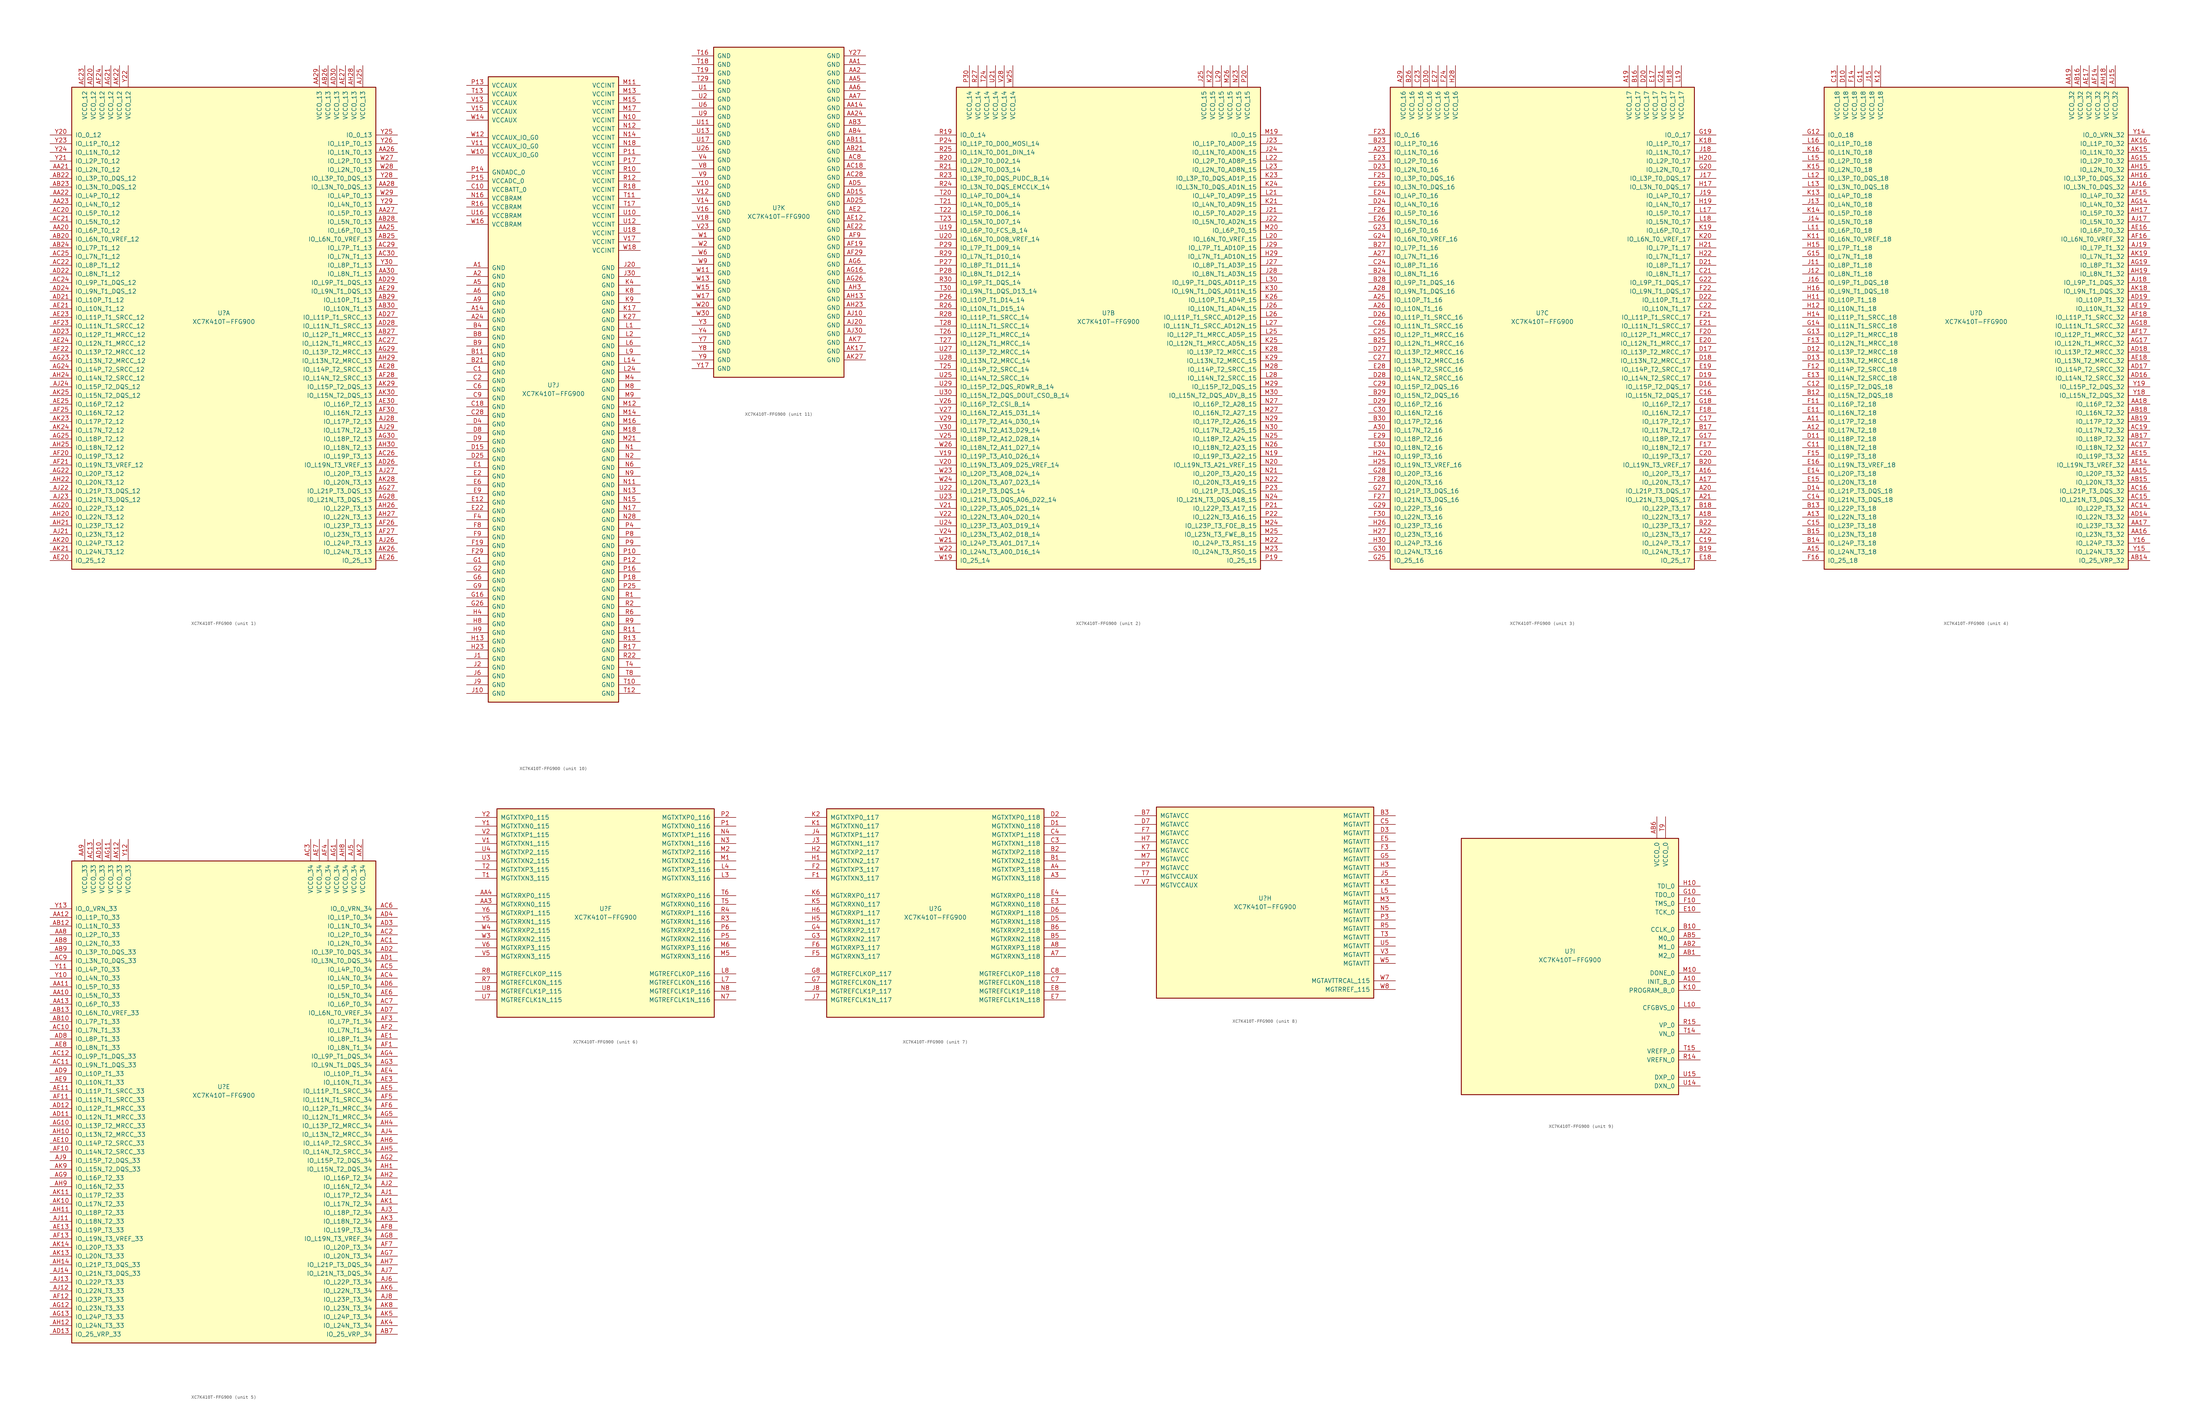
<source format=kicad_sym>
(kicad_symbol_lib
  (version 20201005)
  (generator kicad_symbol_editor)
  (symbol "XC7K410T-FFG900"
    (pin_names
      (offset 1.016))
    (property "Reference" "U"
      (at 0 1.27 0)
      (effects (font (size 1.27 1.27))))
    (property "Value" "XC7K410T-FFG900"
      (at 0 -1.27 0)
      (effects (font (size 1.27 1.27))))
    (property "Datasheet" ""
      (at 0 0 0)
      (effects (font (size 1.27 1.27))))
    (property "ki_locked" ""
      (at 0 0 0)
      (effects (font (size 1.27 1.27))))
    (symbol "XC7K410T-FFG900_1_1"
      (rectangle (start -44.45 67.31) (end 44.45 -73.66) (stroke (width 0.254)) (fill (type background)))
      (pin power_in line (at -40.64 73.66 270) (length 6.35) (name "VCCO_12" (effects (font (size 1.27 1.27)))) (number "AC23" (effects (font (size 1.27 1.27)))))
      (pin power_in line (at -38.1 73.66 270) (length 6.35) (name "VCCO_12" (effects (font (size 1.27 1.27)))) (number "AD20" (effects (font (size 1.27 1.27)))))
      (pin power_in line (at -35.56 73.66 270) (length 6.35) (name "VCCO_12" (effects (font (size 1.27 1.27)))) (number "AF24" (effects (font (size 1.27 1.27)))))
      (pin power_in line (at -33.02 73.66 270) (length 6.35) (name "VCCO_12" (effects (font (size 1.27 1.27)))) (number "AG21" (effects (font (size 1.27 1.27)))))
      (pin power_in line (at -30.48 73.66 270) (length 6.35) (name "VCCO_12" (effects (font (size 1.27 1.27)))) (number "AK22" (effects (font (size 1.27 1.27)))))
      (pin power_in line (at -27.94 73.66 270) (length 6.35) (name "VCCO_12" (effects (font (size 1.27 1.27)))) (number "Y22" (effects (font (size 1.27 1.27)))))
      (pin bidirectional line (at -50.8 53.34 0) (length 6.35) (name "IO_0_12" (effects (font (size 1.27 1.27)))) (number "Y20" (effects (font (size 1.27 1.27)))))
      (pin bidirectional line (at -50.8 50.8 0) (length 6.35) (name "IO_L1P_T0_12" (effects (font (size 1.27 1.27)))) (number "Y23" (effects (font (size 1.27 1.27)))))
      (pin bidirectional line (at -50.8 48.26 0) (length 6.35) (name "IO_L1N_T0_12" (effects (font (size 1.27 1.27)))) (number "Y24" (effects (font (size 1.27 1.27)))))
      (pin bidirectional line (at -50.8 45.72 0) (length 6.35) (name "IO_L2P_T0_12" (effects (font (size 1.27 1.27)))) (number "Y21" (effects (font (size 1.27 1.27)))))
      (pin bidirectional line (at -50.8 43.18 0) (length 6.35) (name "IO_L2N_T0_12" (effects (font (size 1.27 1.27)))) (number "AA21" (effects (font (size 1.27 1.27)))))
      (pin bidirectional line (at -50.8 40.64 0) (length 6.35) (name "IO_L3P_T0_DQS_12" (effects (font (size 1.27 1.27)))) (number "AB22" (effects (font (size 1.27 1.27)))))
      (pin bidirectional line (at -50.8 38.1 0) (length 6.35) (name "IO_L3N_T0_DQS_12" (effects (font (size 1.27 1.27)))) (number "AB23" (effects (font (size 1.27 1.27)))))
      (pin bidirectional line (at -50.8 35.56 0) (length 6.35) (name "IO_L4P_T0_12" (effects (font (size 1.27 1.27)))) (number "AA22" (effects (font (size 1.27 1.27)))))
      (pin bidirectional line (at -50.8 33.02 0) (length 6.35) (name "IO_L4N_T0_12" (effects (font (size 1.27 1.27)))) (number "AA23" (effects (font (size 1.27 1.27)))))
      (pin bidirectional line (at -50.8 30.48 0) (length 6.35) (name "IO_L5P_T0_12" (effects (font (size 1.27 1.27)))) (number "AC20" (effects (font (size 1.27 1.27)))))
      (pin bidirectional line (at -50.8 27.94 0) (length 6.35) (name "IO_L5N_T0_12" (effects (font (size 1.27 1.27)))) (number "AC21" (effects (font (size 1.27 1.27)))))
      (pin bidirectional line (at -50.8 25.4 0) (length 6.35) (name "IO_L6P_T0_12" (effects (font (size 1.27 1.27)))) (number "AA20" (effects (font (size 1.27 1.27)))))
      (pin bidirectional line (at -50.8 22.86 0) (length 6.35) (name "IO_L6N_T0_VREF_12" (effects (font (size 1.27 1.27)))) (number "AB20" (effects (font (size 1.27 1.27)))))
      (pin bidirectional line (at -50.8 20.32 0) (length 6.35) (name "IO_L7P_T1_12" (effects (font (size 1.27 1.27)))) (number "AB24" (effects (font (size 1.27 1.27)))))
      (pin bidirectional line (at -50.8 17.78 0) (length 6.35) (name "IO_L7N_T1_12" (effects (font (size 1.27 1.27)))) (number "AC25" (effects (font (size 1.27 1.27)))))
      (pin bidirectional line (at -50.8 15.24 0) (length 6.35) (name "IO_L8P_T1_12" (effects (font (size 1.27 1.27)))) (number "AC22" (effects (font (size 1.27 1.27)))))
      (pin bidirectional line (at -50.8 12.7 0) (length 6.35) (name "IO_L8N_T1_12" (effects (font (size 1.27 1.27)))) (number "AD22" (effects (font (size 1.27 1.27)))))
      (pin bidirectional line (at -50.8 10.16 0) (length 6.35) (name "IO_L9P_T1_DQS_12" (effects (font (size 1.27 1.27)))) (number "AC24" (effects (font (size 1.27 1.27)))))
      (pin bidirectional line (at -50.8 7.62 0) (length 6.35) (name "IO_L9N_T1_DQS_12" (effects (font (size 1.27 1.27)))) (number "AD24" (effects (font (size 1.27 1.27)))))
      (pin bidirectional line (at -50.8 5.08 0) (length 6.35) (name "IO_L10P_T1_12" (effects (font (size 1.27 1.27)))) (number "AD21" (effects (font (size 1.27 1.27)))))
      (pin bidirectional line (at -50.8 2.54 0) (length 6.35) (name "IO_L10N_T1_12" (effects (font (size 1.27 1.27)))) (number "AE21" (effects (font (size 1.27 1.27)))))
      (pin bidirectional line (at -50.8 0 0) (length 6.35) (name "IO_L11P_T1_SRCC_12" (effects (font (size 1.27 1.27)))) (number "AE23" (effects (font (size 1.27 1.27)))))
      (pin bidirectional line (at -50.8 -2.54 0) (length 6.35) (name "IO_L11N_T1_SRCC_12" (effects (font (size 1.27 1.27)))) (number "AF23" (effects (font (size 1.27 1.27)))))
      (pin bidirectional line (at -50.8 -5.08 0) (length 6.35) (name "IO_L12P_T1_MRCC_12" (effects (font (size 1.27 1.27)))) (number "AD23" (effects (font (size 1.27 1.27)))))
      (pin bidirectional line (at -50.8 -7.62 0) (length 6.35) (name "IO_L12N_T1_MRCC_12" (effects (font (size 1.27 1.27)))) (number "AE24" (effects (font (size 1.27 1.27)))))
      (pin bidirectional line (at -50.8 -10.16 0) (length 6.35) (name "IO_L13P_T2_MRCC_12" (effects (font (size 1.27 1.27)))) (number "AF22" (effects (font (size 1.27 1.27)))))
      (pin bidirectional line (at -50.8 -12.7 0) (length 6.35) (name "IO_L13N_T2_MRCC_12" (effects (font (size 1.27 1.27)))) (number "AG23" (effects (font (size 1.27 1.27)))))
      (pin bidirectional line (at -50.8 -15.24 0) (length 6.35) (name "IO_L14P_T2_SRCC_12" (effects (font (size 1.27 1.27)))) (number "AG24" (effects (font (size 1.27 1.27)))))
      (pin bidirectional line (at -50.8 -17.78 0) (length 6.35) (name "IO_L14N_T2_SRCC_12" (effects (font (size 1.27 1.27)))) (number "AH24" (effects (font (size 1.27 1.27)))))
      (pin bidirectional line (at -50.8 -20.32 0) (length 6.35) (name "IO_L15P_T2_DQS_12" (effects (font (size 1.27 1.27)))) (number "AJ24" (effects (font (size 1.27 1.27)))))
      (pin bidirectional line (at -50.8 -22.86 0) (length 6.35) (name "IO_L15N_T2_DQS_12" (effects (font (size 1.27 1.27)))) (number "AK25" (effects (font (size 1.27 1.27)))))
      (pin bidirectional line (at -50.8 -25.4 0) (length 6.35) (name "IO_L16P_T2_12" (effects (font (size 1.27 1.27)))) (number "AE25" (effects (font (size 1.27 1.27)))))
      (pin bidirectional line (at -50.8 -27.94 0) (length 6.35) (name "IO_L16N_T2_12" (effects (font (size 1.27 1.27)))) (number "AF25" (effects (font (size 1.27 1.27)))))
      (pin bidirectional line (at -50.8 -30.48 0) (length 6.35) (name "IO_L17P_T2_12" (effects (font (size 1.27 1.27)))) (number "AK23" (effects (font (size 1.27 1.27)))))
      (pin bidirectional line (at -50.8 -33.02 0) (length 6.35) (name "IO_L17N_T2_12" (effects (font (size 1.27 1.27)))) (number "AK24" (effects (font (size 1.27 1.27)))))
      (pin bidirectional line (at -50.8 -35.56 0) (length 6.35) (name "IO_L18P_T2_12" (effects (font (size 1.27 1.27)))) (number "AG25" (effects (font (size 1.27 1.27)))))
      (pin bidirectional line (at -50.8 -38.1 0) (length 6.35) (name "IO_L18N_T2_12" (effects (font (size 1.27 1.27)))) (number "AH25" (effects (font (size 1.27 1.27)))))
      (pin bidirectional line (at -50.8 -40.64 0) (length 6.35) (name "IO_L19P_T3_12" (effects (font (size 1.27 1.27)))) (number "AF20" (effects (font (size 1.27 1.27)))))
      (pin bidirectional line (at -50.8 -43.18 0) (length 6.35) (name "IO_L19N_T3_VREF_12" (effects (font (size 1.27 1.27)))) (number "AF21" (effects (font (size 1.27 1.27)))))
      (pin bidirectional line (at -50.8 -45.72 0) (length 6.35) (name "IO_L20P_T3_12" (effects (font (size 1.27 1.27)))) (number "AG22" (effects (font (size 1.27 1.27)))))
      (pin bidirectional line (at -50.8 -48.26 0) (length 6.35) (name "IO_L20N_T3_12" (effects (font (size 1.27 1.27)))) (number "AH22" (effects (font (size 1.27 1.27)))))
      (pin bidirectional line (at -50.8 -50.8 0) (length 6.35) (name "IO_L21P_T3_DQS_12" (effects (font (size 1.27 1.27)))) (number "AJ22" (effects (font (size 1.27 1.27)))))
      (pin bidirectional line (at -50.8 -53.34 0) (length 6.35) (name "IO_L21N_T3_DQS_12" (effects (font (size 1.27 1.27)))) (number "AJ23" (effects (font (size 1.27 1.27)))))
      (pin bidirectional line (at -50.8 -55.88 0) (length 6.35) (name "IO_L22P_T3_12" (effects (font (size 1.27 1.27)))) (number "AG20" (effects (font (size 1.27 1.27)))))
      (pin bidirectional line (at -50.8 -58.42 0) (length 6.35) (name "IO_L22N_T3_12" (effects (font (size 1.27 1.27)))) (number "AH20" (effects (font (size 1.27 1.27)))))
      (pin bidirectional line (at -50.8 -60.96 0) (length 6.35) (name "IO_L23P_T3_12" (effects (font (size 1.27 1.27)))) (number "AH21" (effects (font (size 1.27 1.27)))))
      (pin bidirectional line (at -50.8 -63.5 0) (length 6.35) (name "IO_L23N_T3_12" (effects (font (size 1.27 1.27)))) (number "AJ21" (effects (font (size 1.27 1.27)))))
      (pin bidirectional line (at -50.8 -66.04 0) (length 6.35) (name "IO_L24P_T3_12" (effects (font (size 1.27 1.27)))) (number "AK20" (effects (font (size 1.27 1.27)))))
      (pin bidirectional line (at -50.8 -68.58 0) (length 6.35) (name "IO_L24N_T3_12" (effects (font (size 1.27 1.27)))) (number "AK21" (effects (font (size 1.27 1.27)))))
      (pin bidirectional line (at -50.8 -71.12 0) (length 6.35) (name "IO_25_12" (effects (font (size 1.27 1.27)))) (number "AE20" (effects (font (size 1.27 1.27)))))
      (pin power_in line (at 27.94 73.66 270) (length 6.35) (name "VCCO_13" (effects (font (size 1.27 1.27)))) (number "AA29" (effects (font (size 1.27 1.27)))))
      (pin power_in line (at 30.48 73.66 270) (length 6.35) (name "VCCO_13" (effects (font (size 1.27 1.27)))) (number "AB26" (effects (font (size 1.27 1.27)))))
      (pin power_in line (at 33.02 73.66 270) (length 6.35) (name "VCCO_13" (effects (font (size 1.27 1.27)))) (number "AD30" (effects (font (size 1.27 1.27)))))
      (pin power_in line (at 35.56 73.66 270) (length 6.35) (name "VCCO_13" (effects (font (size 1.27 1.27)))) (number "AE27" (effects (font (size 1.27 1.27)))))
      (pin power_in line (at 38.1 73.66 270) (length 6.35) (name "VCCO_13" (effects (font (size 1.27 1.27)))) (number "AH28" (effects (font (size 1.27 1.27)))))
      (pin power_in line (at 40.64 73.66 270) (length 6.35) (name "VCCO_13" (effects (font (size 1.27 1.27)))) (number "AJ25" (effects (font (size 1.27 1.27)))))
      (pin bidirectional line (at 50.8 53.34 180) (length 6.35) (name "IO_0_13" (effects (font (size 1.27 1.27)))) (number "Y25" (effects (font (size 1.27 1.27)))))
      (pin bidirectional line (at 50.8 50.8 180) (length 6.35) (name "IO_L1P_T0_13" (effects (font (size 1.27 1.27)))) (number "Y26" (effects (font (size 1.27 1.27)))))
      (pin bidirectional line (at 50.8 48.26 180) (length 6.35) (name "IO_L1N_T0_13" (effects (font (size 1.27 1.27)))) (number "AA26" (effects (font (size 1.27 1.27)))))
      (pin bidirectional line (at 50.8 45.72 180) (length 6.35) (name "IO_L2P_T0_13" (effects (font (size 1.27 1.27)))) (number "W27" (effects (font (size 1.27 1.27)))))
      (pin bidirectional line (at 50.8 43.18 180) (length 6.35) (name "IO_L2N_T0_13" (effects (font (size 1.27 1.27)))) (number "W28" (effects (font (size 1.27 1.27)))))
      (pin bidirectional line (at 50.8 40.64 180) (length 6.35) (name "IO_L3P_T0_DQS_13" (effects (font (size 1.27 1.27)))) (number "Y28" (effects (font (size 1.27 1.27)))))
      (pin bidirectional line (at 50.8 38.1 180) (length 6.35) (name "IO_L3N_T0_DQS_13" (effects (font (size 1.27 1.27)))) (number "AA28" (effects (font (size 1.27 1.27)))))
      (pin bidirectional line (at 50.8 35.56 180) (length 6.35) (name "IO_L4P_T0_13" (effects (font (size 1.27 1.27)))) (number "W29" (effects (font (size 1.27 1.27)))))
      (pin bidirectional line (at 50.8 33.02 180) (length 6.35) (name "IO_L4N_T0_13" (effects (font (size 1.27 1.27)))) (number "Y29" (effects (font (size 1.27 1.27)))))
      (pin bidirectional line (at 50.8 30.48 180) (length 6.35) (name "IO_L5P_T0_13" (effects (font (size 1.27 1.27)))) (number "AA27" (effects (font (size 1.27 1.27)))))
      (pin bidirectional line (at 50.8 27.94 180) (length 6.35) (name "IO_L5N_T0_13" (effects (font (size 1.27 1.27)))) (number "AB28" (effects (font (size 1.27 1.27)))))
      (pin bidirectional line (at 50.8 25.4 180) (length 6.35) (name "IO_L6P_T0_13" (effects (font (size 1.27 1.27)))) (number "AA25" (effects (font (size 1.27 1.27)))))
      (pin bidirectional line (at 50.8 22.86 180) (length 6.35) (name "IO_L6N_T0_VREF_13" (effects (font (size 1.27 1.27)))) (number "AB25" (effects (font (size 1.27 1.27)))))
      (pin bidirectional line (at 50.8 20.32 180) (length 6.35) (name "IO_L7P_T1_13" (effects (font (size 1.27 1.27)))) (number "AC29" (effects (font (size 1.27 1.27)))))
      (pin bidirectional line (at 50.8 17.78 180) (length 6.35) (name "IO_L7N_T1_13" (effects (font (size 1.27 1.27)))) (number "AC30" (effects (font (size 1.27 1.27)))))
      (pin bidirectional line (at 50.8 15.24 180) (length 6.35) (name "IO_L8P_T1_13" (effects (font (size 1.27 1.27)))) (number "Y30" (effects (font (size 1.27 1.27)))))
      (pin bidirectional line (at 50.8 12.7 180) (length 6.35) (name "IO_L8N_T1_13" (effects (font (size 1.27 1.27)))) (number "AA30" (effects (font (size 1.27 1.27)))))
      (pin bidirectional line (at 50.8 10.16 180) (length 6.35) (name "IO_L9P_T1_DQS_13" (effects (font (size 1.27 1.27)))) (number "AD29" (effects (font (size 1.27 1.27)))))
      (pin bidirectional line (at 50.8 7.62 180) (length 6.35) (name "IO_L9N_T1_DQS_13" (effects (font (size 1.27 1.27)))) (number "AE29" (effects (font (size 1.27 1.27)))))
      (pin bidirectional line (at 50.8 5.08 180) (length 6.35) (name "IO_L10P_T1_13" (effects (font (size 1.27 1.27)))) (number "AB29" (effects (font (size 1.27 1.27)))))
      (pin bidirectional line (at 50.8 2.54 180) (length 6.35) (name "IO_L10N_T1_13" (effects (font (size 1.27 1.27)))) (number "AB30" (effects (font (size 1.27 1.27)))))
      (pin bidirectional line (at 50.8 0 180) (length 6.35) (name "IO_L11P_T1_SRCC_13" (effects (font (size 1.27 1.27)))) (number "AD27" (effects (font (size 1.27 1.27)))))
      (pin bidirectional line (at 50.8 -2.54 180) (length 6.35) (name "IO_L11N_T1_SRCC_13" (effects (font (size 1.27 1.27)))) (number "AD28" (effects (font (size 1.27 1.27)))))
      (pin bidirectional line (at 50.8 -5.08 180) (length 6.35) (name "IO_L12P_T1_MRCC_13" (effects (font (size 1.27 1.27)))) (number "AB27" (effects (font (size 1.27 1.27)))))
      (pin bidirectional line (at 50.8 -7.62 180) (length 6.35) (name "IO_L12N_T1_MRCC_13" (effects (font (size 1.27 1.27)))) (number "AC27" (effects (font (size 1.27 1.27)))))
      (pin bidirectional line (at 50.8 -10.16 180) (length 6.35) (name "IO_L13P_T2_MRCC_13" (effects (font (size 1.27 1.27)))) (number "AG29" (effects (font (size 1.27 1.27)))))
      (pin bidirectional line (at 50.8 -12.7 180) (length 6.35) (name "IO_L13N_T2_MRCC_13" (effects (font (size 1.27 1.27)))) (number "AH29" (effects (font (size 1.27 1.27)))))
      (pin bidirectional line (at 50.8 -15.24 180) (length 6.35) (name "IO_L14P_T2_SRCC_13" (effects (font (size 1.27 1.27)))) (number "AE28" (effects (font (size 1.27 1.27)))))
      (pin bidirectional line (at 50.8 -17.78 180) (length 6.35) (name "IO_L14N_T2_SRCC_13" (effects (font (size 1.27 1.27)))) (number "AF28" (effects (font (size 1.27 1.27)))))
      (pin bidirectional line (at 50.8 -20.32 180) (length 6.35) (name "IO_L15P_T2_DQS_13" (effects (font (size 1.27 1.27)))) (number "AK29" (effects (font (size 1.27 1.27)))))
      (pin bidirectional line (at 50.8 -22.86 180) (length 6.35) (name "IO_L15N_T2_DQS_13" (effects (font (size 1.27 1.27)))) (number "AK30" (effects (font (size 1.27 1.27)))))
      (pin bidirectional line (at 50.8 -25.4 180) (length 6.35) (name "IO_L16P_T2_13" (effects (font (size 1.27 1.27)))) (number "AE30" (effects (font (size 1.27 1.27)))))
      (pin bidirectional line (at 50.8 -27.94 180) (length 6.35) (name "IO_L16N_T2_13" (effects (font (size 1.27 1.27)))) (number "AF30" (effects (font (size 1.27 1.27)))))
      (pin bidirectional line (at 50.8 -30.48 180) (length 6.35) (name "IO_L17P_T2_13" (effects (font (size 1.27 1.27)))) (number "AJ28" (effects (font (size 1.27 1.27)))))
      (pin bidirectional line (at 50.8 -33.02 180) (length 6.35) (name "IO_L17N_T2_13" (effects (font (size 1.27 1.27)))) (number "AJ29" (effects (font (size 1.27 1.27)))))
      (pin bidirectional line (at 50.8 -35.56 180) (length 6.35) (name "IO_L18P_T2_13" (effects (font (size 1.27 1.27)))) (number "AG30" (effects (font (size 1.27 1.27)))))
      (pin bidirectional line (at 50.8 -38.1 180) (length 6.35) (name "IO_L18N_T2_13" (effects (font (size 1.27 1.27)))) (number "AH30" (effects (font (size 1.27 1.27)))))
      (pin bidirectional line (at 50.8 -40.64 180) (length 6.35) (name "IO_L19P_T3_13" (effects (font (size 1.27 1.27)))) (number "AC26" (effects (font (size 1.27 1.27)))))
      (pin bidirectional line (at 50.8 -43.18 180) (length 6.35) (name "IO_L19N_T3_VREF_13" (effects (font (size 1.27 1.27)))) (number "AD26" (effects (font (size 1.27 1.27)))))
      (pin bidirectional line (at 50.8 -45.72 180) (length 6.35) (name "IO_L20P_T3_13" (effects (font (size 1.27 1.27)))) (number "AJ27" (effects (font (size 1.27 1.27)))))
      (pin bidirectional line (at 50.8 -48.26 180) (length 6.35) (name "IO_L20N_T3_13" (effects (font (size 1.27 1.27)))) (number "AK28" (effects (font (size 1.27 1.27)))))
      (pin bidirectional line (at 50.8 -50.8 180) (length 6.35) (name "IO_L21P_T3_DQS_13" (effects (font (size 1.27 1.27)))) (number "AG27" (effects (font (size 1.27 1.27)))))
      (pin bidirectional line (at 50.8 -53.34 180) (length 6.35) (name "IO_L21N_T3_DQS_13" (effects (font (size 1.27 1.27)))) (number "AG28" (effects (font (size 1.27 1.27)))))
      (pin bidirectional line (at 50.8 -55.88 180) (length 6.35) (name "IO_L22P_T3_13" (effects (font (size 1.27 1.27)))) (number "AH26" (effects (font (size 1.27 1.27)))))
      (pin bidirectional line (at 50.8 -58.42 180) (length 6.35) (name "IO_L22N_T3_13" (effects (font (size 1.27 1.27)))) (number "AH27" (effects (font (size 1.27 1.27)))))
      (pin bidirectional line (at 50.8 -60.96 180) (length 6.35) (name "IO_L23P_T3_13" (effects (font (size 1.27 1.27)))) (number "AF26" (effects (font (size 1.27 1.27)))))
      (pin bidirectional line (at 50.8 -63.5 180) (length 6.35) (name "IO_L23N_T3_13" (effects (font (size 1.27 1.27)))) (number "AF27" (effects (font (size 1.27 1.27)))))
      (pin bidirectional line (at 50.8 -66.04 180) (length 6.35) (name "IO_L24P_T3_13" (effects (font (size 1.27 1.27)))) (number "AJ26" (effects (font (size 1.27 1.27)))))
      (pin bidirectional line (at 50.8 -68.58 180) (length 6.35) (name "IO_L24N_T3_13" (effects (font (size 1.27 1.27)))) (number "AK26" (effects (font (size 1.27 1.27)))))
      (pin bidirectional line (at 50.8 -71.12 180) (length 6.35) (name "IO_25_13" (effects (font (size 1.27 1.27)))) (number "AE26" (effects (font (size 1.27 1.27))))))
    (symbol "XC7K410T-FFG900_2_1"
      (rectangle (start -44.45 67.31) (end 44.45 -73.66) (stroke (width 0.254)) (fill (type background)))
      (pin power_in line (at -40.64 73.66 270) (length 6.35) (name "VCCO_14" (effects (font (size 1.27 1.27)))) (number "P30" (effects (font (size 1.27 1.27)))))
      (pin power_in line (at -38.1 73.66 270) (length 6.35) (name "VCCO_14" (effects (font (size 1.27 1.27)))) (number "R27" (effects (font (size 1.27 1.27)))))
      (pin power_in line (at -35.56 73.66 270) (length 6.35) (name "VCCO_14" (effects (font (size 1.27 1.27)))) (number "T24" (effects (font (size 1.27 1.27)))))
      (pin power_in line (at -33.02 73.66 270) (length 6.35) (name "VCCO_14" (effects (font (size 1.27 1.27)))) (number "U21" (effects (font (size 1.27 1.27)))))
      (pin power_in line (at -30.48 73.66 270) (length 6.35) (name "VCCO_14" (effects (font (size 1.27 1.27)))) (number "V28" (effects (font (size 1.27 1.27)))))
      (pin power_in line (at -27.94 73.66 270) (length 6.35) (name "VCCO_14" (effects (font (size 1.27 1.27)))) (number "W25" (effects (font (size 1.27 1.27)))))
      (pin bidirectional line (at -50.8 53.34 0) (length 6.35) (name "IO_0_14" (effects (font (size 1.27 1.27)))) (number "R19" (effects (font (size 1.27 1.27)))))
      (pin bidirectional line (at -50.8 50.8 0) (length 6.35) (name "IO_L1P_T0_D00_MOSI_14" (effects (font (size 1.27 1.27)))) (number "P24" (effects (font (size 1.27 1.27)))))
      (pin bidirectional line (at -50.8 48.26 0) (length 6.35) (name "IO_L1N_T0_D01_DIN_14" (effects (font (size 1.27 1.27)))) (number "R25" (effects (font (size 1.27 1.27)))))
      (pin bidirectional line (at -50.8 45.72 0) (length 6.35) (name "IO_L2P_T0_D02_14" (effects (font (size 1.27 1.27)))) (number "R20" (effects (font (size 1.27 1.27)))))
      (pin bidirectional line (at -50.8 43.18 0) (length 6.35) (name "IO_L2N_T0_D03_14" (effects (font (size 1.27 1.27)))) (number "R21" (effects (font (size 1.27 1.27)))))
      (pin bidirectional line (at -50.8 40.64 0) (length 6.35) (name "IO_L3P_T0_DQS_PUDC_B_14" (effects (font (size 1.27 1.27)))) (number "R23" (effects (font (size 1.27 1.27)))))
      (pin bidirectional line (at -50.8 38.1 0) (length 6.35) (name "IO_L3N_T0_DQS_EMCCLK_14" (effects (font (size 1.27 1.27)))) (number "R24" (effects (font (size 1.27 1.27)))))
      (pin bidirectional line (at -50.8 35.56 0) (length 6.35) (name "IO_L4P_T0_D04_14" (effects (font (size 1.27 1.27)))) (number "T20" (effects (font (size 1.27 1.27)))))
      (pin bidirectional line (at -50.8 33.02 0) (length 6.35) (name "IO_L4N_T0_D05_14" (effects (font (size 1.27 1.27)))) (number "T21" (effects (font (size 1.27 1.27)))))
      (pin bidirectional line (at -50.8 30.48 0) (length 6.35) (name "IO_L5P_T0_D06_14" (effects (font (size 1.27 1.27)))) (number "T22" (effects (font (size 1.27 1.27)))))
      (pin bidirectional line (at -50.8 27.94 0) (length 6.35) (name "IO_L5N_T0_D07_14" (effects (font (size 1.27 1.27)))) (number "T23" (effects (font (size 1.27 1.27)))))
      (pin bidirectional line (at -50.8 25.4 0) (length 6.35) (name "IO_L6P_T0_FCS_B_14" (effects (font (size 1.27 1.27)))) (number "U19" (effects (font (size 1.27 1.27)))))
      (pin bidirectional line (at -50.8 22.86 0) (length 6.35) (name "IO_L6N_T0_D08_VREF_14" (effects (font (size 1.27 1.27)))) (number "U20" (effects (font (size 1.27 1.27)))))
      (pin bidirectional line (at -50.8 20.32 0) (length 6.35) (name "IO_L7P_T1_D09_14" (effects (font (size 1.27 1.27)))) (number "P29" (effects (font (size 1.27 1.27)))))
      (pin bidirectional line (at -50.8 17.78 0) (length 6.35) (name "IO_L7N_T1_D10_14" (effects (font (size 1.27 1.27)))) (number "R29" (effects (font (size 1.27 1.27)))))
      (pin bidirectional line (at -50.8 15.24 0) (length 6.35) (name "IO_L8P_T1_D11_14" (effects (font (size 1.27 1.27)))) (number "P27" (effects (font (size 1.27 1.27)))))
      (pin bidirectional line (at -50.8 12.7 0) (length 6.35) (name "IO_L8N_T1_D12_14" (effects (font (size 1.27 1.27)))) (number "P28" (effects (font (size 1.27 1.27)))))
      (pin bidirectional line (at -50.8 10.16 0) (length 6.35) (name "IO_L9P_T1_DQS_14" (effects (font (size 1.27 1.27)))) (number "R30" (effects (font (size 1.27 1.27)))))
      (pin bidirectional line (at -50.8 7.62 0) (length 6.35) (name "IO_L9N_T1_DQS_D13_14" (effects (font (size 1.27 1.27)))) (number "T30" (effects (font (size 1.27 1.27)))))
      (pin bidirectional line (at -50.8 5.08 0) (length 6.35) (name "IO_L10P_T1_D14_14" (effects (font (size 1.27 1.27)))) (number "P26" (effects (font (size 1.27 1.27)))))
      (pin bidirectional line (at -50.8 2.54 0) (length 6.35) (name "IO_L10N_T1_D15_14" (effects (font (size 1.27 1.27)))) (number "R26" (effects (font (size 1.27 1.27)))))
      (pin bidirectional line (at -50.8 0 0) (length 6.35) (name "IO_L11P_T1_SRCC_14" (effects (font (size 1.27 1.27)))) (number "R28" (effects (font (size 1.27 1.27)))))
      (pin bidirectional line (at -50.8 -2.54 0) (length 6.35) (name "IO_L11N_T1_SRCC_14" (effects (font (size 1.27 1.27)))) (number "T28" (effects (font (size 1.27 1.27)))))
      (pin bidirectional line (at -50.8 -5.08 0) (length 6.35) (name "IO_L12P_T1_MRCC_14" (effects (font (size 1.27 1.27)))) (number "T26" (effects (font (size 1.27 1.27)))))
      (pin bidirectional line (at -50.8 -7.62 0) (length 6.35) (name "IO_L12N_T1_MRCC_14" (effects (font (size 1.27 1.27)))) (number "T27" (effects (font (size 1.27 1.27)))))
      (pin bidirectional line (at -50.8 -10.16 0) (length 6.35) (name "IO_L13P_T2_MRCC_14" (effects (font (size 1.27 1.27)))) (number "U27" (effects (font (size 1.27 1.27)))))
      (pin bidirectional line (at -50.8 -12.7 0) (length 6.35) (name "IO_L13N_T2_MRCC_14" (effects (font (size 1.27 1.27)))) (number "U28" (effects (font (size 1.27 1.27)))))
      (pin bidirectional line (at -50.8 -15.24 0) (length 6.35) (name "IO_L14P_T2_SRCC_14" (effects (font (size 1.27 1.27)))) (number "T25" (effects (font (size 1.27 1.27)))))
      (pin bidirectional line (at -50.8 -17.78 0) (length 6.35) (name "IO_L14N_T2_SRCC_14" (effects (font (size 1.27 1.27)))) (number "U25" (effects (font (size 1.27 1.27)))))
      (pin bidirectional line (at -50.8 -20.32 0) (length 6.35) (name "IO_L15P_T2_DQS_RDWR_B_14" (effects (font (size 1.27 1.27)))) (number "U29" (effects (font (size 1.27 1.27)))))
      (pin bidirectional line (at -50.8 -22.86 0) (length 6.35) (name "IO_L15N_T2_DQS_DOUT_CSO_B_14" (effects (font (size 1.27 1.27)))) (number "U30" (effects (font (size 1.27 1.27)))))
      (pin bidirectional line (at -50.8 -25.4 0) (length 6.35) (name "IO_L16P_T2_CSI_B_14" (effects (font (size 1.27 1.27)))) (number "V26" (effects (font (size 1.27 1.27)))))
      (pin bidirectional line (at -50.8 -27.94 0) (length 6.35) (name "IO_L16N_T2_A15_D31_14" (effects (font (size 1.27 1.27)))) (number "V27" (effects (font (size 1.27 1.27)))))
      (pin bidirectional line (at -50.8 -30.48 0) (length 6.35) (name "IO_L17P_T2_A14_D30_14" (effects (font (size 1.27 1.27)))) (number "V29" (effects (font (size 1.27 1.27)))))
      (pin bidirectional line (at -50.8 -33.02 0) (length 6.35) (name "IO_L17N_T2_A13_D29_14" (effects (font (size 1.27 1.27)))) (number "V30" (effects (font (size 1.27 1.27)))))
      (pin bidirectional line (at -50.8 -35.56 0) (length 6.35) (name "IO_L18P_T2_A12_D28_14" (effects (font (size 1.27 1.27)))) (number "V25" (effects (font (size 1.27 1.27)))))
      (pin bidirectional line (at -50.8 -38.1 0) (length 6.35) (name "IO_L18N_T2_A11_D27_14" (effects (font (size 1.27 1.27)))) (number "W26" (effects (font (size 1.27 1.27)))))
      (pin bidirectional line (at -50.8 -40.64 0) (length 6.35) (name "IO_L19P_T3_A10_D26_14" (effects (font (size 1.27 1.27)))) (number "V19" (effects (font (size 1.27 1.27)))))
      (pin bidirectional line (at -50.8 -43.18 0) (length 6.35) (name "IO_L19N_T3_A09_D25_VREF_14" (effects (font (size 1.27 1.27)))) (number "V20" (effects (font (size 1.27 1.27)))))
      (pin bidirectional line (at -50.8 -45.72 0) (length 6.35) (name "IO_L20P_T3_A08_D24_14" (effects (font (size 1.27 1.27)))) (number "W23" (effects (font (size 1.27 1.27)))))
      (pin bidirectional line (at -50.8 -48.26 0) (length 6.35) (name "IO_L20N_T3_A07_D23_14" (effects (font (size 1.27 1.27)))) (number "W24" (effects (font (size 1.27 1.27)))))
      (pin bidirectional line (at -50.8 -50.8 0) (length 6.35) (name "IO_L21P_T3_DQS_14" (effects (font (size 1.27 1.27)))) (number "U22" (effects (font (size 1.27 1.27)))))
      (pin bidirectional line (at -50.8 -53.34 0) (length 6.35) (name "IO_L21N_T3_DQS_A06_D22_14" (effects (font (size 1.27 1.27)))) (number "U23" (effects (font (size 1.27 1.27)))))
      (pin bidirectional line (at -50.8 -55.88 0) (length 6.35) (name "IO_L22P_T3_A05_D21_14" (effects (font (size 1.27 1.27)))) (number "V21" (effects (font (size 1.27 1.27)))))
      (pin bidirectional line (at -50.8 -58.42 0) (length 6.35) (name "IO_L22N_T3_A04_D20_14" (effects (font (size 1.27 1.27)))) (number "V22" (effects (font (size 1.27 1.27)))))
      (pin bidirectional line (at -50.8 -60.96 0) (length 6.35) (name "IO_L23P_T3_A03_D19_14" (effects (font (size 1.27 1.27)))) (number "U24" (effects (font (size 1.27 1.27)))))
      (pin bidirectional line (at -50.8 -63.5 0) (length 6.35) (name "IO_L23N_T3_A02_D18_14" (effects (font (size 1.27 1.27)))) (number "V24" (effects (font (size 1.27 1.27)))))
      (pin bidirectional line (at -50.8 -66.04 0) (length 6.35) (name "IO_L24P_T3_A01_D17_14" (effects (font (size 1.27 1.27)))) (number "W21" (effects (font (size 1.27 1.27)))))
      (pin bidirectional line (at -50.8 -68.58 0) (length 6.35) (name "IO_L24N_T3_A00_D16_14" (effects (font (size 1.27 1.27)))) (number "W22" (effects (font (size 1.27 1.27)))))
      (pin bidirectional line (at -50.8 -71.12 0) (length 6.35) (name "IO_25_14" (effects (font (size 1.27 1.27)))) (number "W19" (effects (font (size 1.27 1.27)))))
      (pin power_in line (at 27.94 73.66 270) (length 6.35) (name "VCCO_15" (effects (font (size 1.27 1.27)))) (number "J25" (effects (font (size 1.27 1.27)))))
      (pin power_in line (at 30.48 73.66 270) (length 6.35) (name "VCCO_15" (effects (font (size 1.27 1.27)))) (number "K22" (effects (font (size 1.27 1.27)))))
      (pin power_in line (at 33.02 73.66 270) (length 6.35) (name "VCCO_15" (effects (font (size 1.27 1.27)))) (number "L29" (effects (font (size 1.27 1.27)))))
      (pin power_in line (at 35.56 73.66 270) (length 6.35) (name "VCCO_15" (effects (font (size 1.27 1.27)))) (number "M26" (effects (font (size 1.27 1.27)))))
      (pin power_in line (at 38.1 73.66 270) (length 6.35) (name "VCCO_15" (effects (font (size 1.27 1.27)))) (number "N23" (effects (font (size 1.27 1.27)))))
      (pin power_in line (at 40.64 73.66 270) (length 6.35) (name "VCCO_15" (effects (font (size 1.27 1.27)))) (number "P20" (effects (font (size 1.27 1.27)))))
      (pin bidirectional line (at 50.8 53.34 180) (length 6.35) (name "IO_0_15" (effects (font (size 1.27 1.27)))) (number "M19" (effects (font (size 1.27 1.27)))))
      (pin bidirectional line (at 50.8 50.8 180) (length 6.35) (name "IO_L1P_T0_AD0P_15" (effects (font (size 1.27 1.27)))) (number "J23" (effects (font (size 1.27 1.27)))))
      (pin bidirectional line (at 50.8 48.26 180) (length 6.35) (name "IO_L1N_T0_AD0N_15" (effects (font (size 1.27 1.27)))) (number "J24" (effects (font (size 1.27 1.27)))))
      (pin bidirectional line (at 50.8 45.72 180) (length 6.35) (name "IO_L2P_T0_AD8P_15" (effects (font (size 1.27 1.27)))) (number "L22" (effects (font (size 1.27 1.27)))))
      (pin bidirectional line (at 50.8 43.18 180) (length 6.35) (name "IO_L2N_T0_AD8N_15" (effects (font (size 1.27 1.27)))) (number "L23" (effects (font (size 1.27 1.27)))))
      (pin bidirectional line (at 50.8 40.64 180) (length 6.35) (name "IO_L3P_T0_DQS_AD1P_15" (effects (font (size 1.27 1.27)))) (number "K23" (effects (font (size 1.27 1.27)))))
      (pin bidirectional line (at 50.8 38.1 180) (length 6.35) (name "IO_L3N_T0_DQS_AD1N_15" (effects (font (size 1.27 1.27)))) (number "K24" (effects (font (size 1.27 1.27)))))
      (pin bidirectional line (at 50.8 35.56 180) (length 6.35) (name "IO_L4P_T0_AD9P_15" (effects (font (size 1.27 1.27)))) (number "L21" (effects (font (size 1.27 1.27)))))
      (pin bidirectional line (at 50.8 33.02 180) (length 6.35) (name "IO_L4N_T0_AD9N_15" (effects (font (size 1.27 1.27)))) (number "K21" (effects (font (size 1.27 1.27)))))
      (pin bidirectional line (at 50.8 30.48 180) (length 6.35) (name "IO_L5P_T0_AD2P_15" (effects (font (size 1.27 1.27)))) (number "J21" (effects (font (size 1.27 1.27)))))
      (pin bidirectional line (at 50.8 27.94 180) (length 6.35) (name "IO_L5N_T0_AD2N_15" (effects (font (size 1.27 1.27)))) (number "J22" (effects (font (size 1.27 1.27)))))
      (pin bidirectional line (at 50.8 25.4 180) (length 6.35) (name "IO_L6P_T0_15" (effects (font (size 1.27 1.27)))) (number "M20" (effects (font (size 1.27 1.27)))))
      (pin bidirectional line (at 50.8 22.86 180) (length 6.35) (name "IO_L6N_T0_VREF_15" (effects (font (size 1.27 1.27)))) (number "L20" (effects (font (size 1.27 1.27)))))
      (pin bidirectional line (at 50.8 20.32 180) (length 6.35) (name "IO_L7P_T1_AD10P_15" (effects (font (size 1.27 1.27)))) (number "J29" (effects (font (size 1.27 1.27)))))
      (pin bidirectional line (at 50.8 17.78 180) (length 6.35) (name "IO_L7N_T1_AD10N_15" (effects (font (size 1.27 1.27)))) (number "H29" (effects (font (size 1.27 1.27)))))
      (pin bidirectional line (at 50.8 15.24 180) (length 6.35) (name "IO_L8P_T1_AD3P_15" (effects (font (size 1.27 1.27)))) (number "J27" (effects (font (size 1.27 1.27)))))
      (pin bidirectional line (at 50.8 12.7 180) (length 6.35) (name "IO_L8N_T1_AD3N_15" (effects (font (size 1.27 1.27)))) (number "J28" (effects (font (size 1.27 1.27)))))
      (pin bidirectional line (at 50.8 10.16 180) (length 6.35) (name "IO_L9P_T1_DQS_AD11P_15" (effects (font (size 1.27 1.27)))) (number "L30" (effects (font (size 1.27 1.27)))))
      (pin bidirectional line (at 50.8 7.62 180) (length 6.35) (name "IO_L9N_T1_DQS_AD11N_15" (effects (font (size 1.27 1.27)))) (number "K30" (effects (font (size 1.27 1.27)))))
      (pin bidirectional line (at 50.8 5.08 180) (length 6.35) (name "IO_L10P_T1_AD4P_15" (effects (font (size 1.27 1.27)))) (number "K26" (effects (font (size 1.27 1.27)))))
      (pin bidirectional line (at 50.8 2.54 180) (length 6.35) (name "IO_L10N_T1_AD4N_15" (effects (font (size 1.27 1.27)))) (number "J26" (effects (font (size 1.27 1.27)))))
      (pin bidirectional line (at 50.8 0 180) (length 6.35) (name "IO_L11P_T1_SRCC_AD12P_15" (effects (font (size 1.27 1.27)))) (number "L26" (effects (font (size 1.27 1.27)))))
      (pin bidirectional line (at 50.8 -2.54 180) (length 6.35) (name "IO_L11N_T1_SRCC_AD12N_15" (effects (font (size 1.27 1.27)))) (number "L27" (effects (font (size 1.27 1.27)))))
      (pin bidirectional line (at 50.8 -5.08 180) (length 6.35) (name "IO_L12P_T1_MRCC_AD5P_15" (effects (font (size 1.27 1.27)))) (number "L25" (effects (font (size 1.27 1.27)))))
      (pin bidirectional line (at 50.8 -7.62 180) (length 6.35) (name "IO_L12N_T1_MRCC_AD5N_15" (effects (font (size 1.27 1.27)))) (number "K25" (effects (font (size 1.27 1.27)))))
      (pin bidirectional line (at 50.8 -10.16 180) (length 6.35) (name "IO_L13P_T2_MRCC_15" (effects (font (size 1.27 1.27)))) (number "K28" (effects (font (size 1.27 1.27)))))
      (pin bidirectional line (at 50.8 -12.7 180) (length 6.35) (name "IO_L13N_T2_MRCC_15" (effects (font (size 1.27 1.27)))) (number "K29" (effects (font (size 1.27 1.27)))))
      (pin bidirectional line (at 50.8 -15.24 180) (length 6.35) (name "IO_L14P_T2_SRCC_15" (effects (font (size 1.27 1.27)))) (number "M28" (effects (font (size 1.27 1.27)))))
      (pin bidirectional line (at 50.8 -17.78 180) (length 6.35) (name "IO_L14N_T2_SRCC_15" (effects (font (size 1.27 1.27)))) (number "L28" (effects (font (size 1.27 1.27)))))
      (pin bidirectional line (at 50.8 -20.32 180) (length 6.35) (name "IO_L15P_T2_DQS_15" (effects (font (size 1.27 1.27)))) (number "M29" (effects (font (size 1.27 1.27)))))
      (pin bidirectional line (at 50.8 -22.86 180) (length 6.35) (name "IO_L15N_T2_DQS_ADV_B_15" (effects (font (size 1.27 1.27)))) (number "M30" (effects (font (size 1.27 1.27)))))
      (pin bidirectional line (at 50.8 -25.4 180) (length 6.35) (name "IO_L16P_T2_A28_15" (effects (font (size 1.27 1.27)))) (number "N27" (effects (font (size 1.27 1.27)))))
      (pin bidirectional line (at 50.8 -27.94 180) (length 6.35) (name "IO_L16N_T2_A27_15" (effects (font (size 1.27 1.27)))) (number "M27" (effects (font (size 1.27 1.27)))))
      (pin bidirectional line (at 50.8 -30.48 180) (length 6.35) (name "IO_L17P_T2_A26_15" (effects (font (size 1.27 1.27)))) (number "N29" (effects (font (size 1.27 1.27)))))
      (pin bidirectional line (at 50.8 -33.02 180) (length 6.35) (name "IO_L17N_T2_A25_15" (effects (font (size 1.27 1.27)))) (number "N30" (effects (font (size 1.27 1.27)))))
      (pin bidirectional line (at 50.8 -35.56 180) (length 6.35) (name "IO_L18P_T2_A24_15" (effects (font (size 1.27 1.27)))) (number "N25" (effects (font (size 1.27 1.27)))))
      (pin bidirectional line (at 50.8 -38.1 180) (length 6.35) (name "IO_L18N_T2_A23_15" (effects (font (size 1.27 1.27)))) (number "N26" (effects (font (size 1.27 1.27)))))
      (pin bidirectional line (at 50.8 -40.64 180) (length 6.35) (name "IO_L19P_T3_A22_15" (effects (font (size 1.27 1.27)))) (number "N19" (effects (font (size 1.27 1.27)))))
      (pin bidirectional line (at 50.8 -43.18 180) (length 6.35) (name "IO_L19N_T3_A21_VREF_15" (effects (font (size 1.27 1.27)))) (number "N20" (effects (font (size 1.27 1.27)))))
      (pin bidirectional line (at 50.8 -45.72 180) (length 6.35) (name "IO_L20P_T3_A20_15" (effects (font (size 1.27 1.27)))) (number "N21" (effects (font (size 1.27 1.27)))))
      (pin bidirectional line (at 50.8 -48.26 180) (length 6.35) (name "IO_L20N_T3_A19_15" (effects (font (size 1.27 1.27)))) (number "N22" (effects (font (size 1.27 1.27)))))
      (pin bidirectional line (at 50.8 -50.8 180) (length 6.35) (name "IO_L21P_T3_DQS_15" (effects (font (size 1.27 1.27)))) (number "P23" (effects (font (size 1.27 1.27)))))
      (pin bidirectional line (at 50.8 -53.34 180) (length 6.35) (name "IO_L21N_T3_DQS_A18_15" (effects (font (size 1.27 1.27)))) (number "N24" (effects (font (size 1.27 1.27)))))
      (pin bidirectional line (at 50.8 -55.88 180) (length 6.35) (name "IO_L22P_T3_A17_15" (effects (font (size 1.27 1.27)))) (number "P21" (effects (font (size 1.27 1.27)))))
      (pin bidirectional line (at 50.8 -58.42 180) (length 6.35) (name "IO_L22N_T3_A16_15" (effects (font (size 1.27 1.27)))) (number "P22" (effects (font (size 1.27 1.27)))))
      (pin bidirectional line (at 50.8 -60.96 180) (length 6.35) (name "IO_L23P_T3_FOE_B_15" (effects (font (size 1.27 1.27)))) (number "M24" (effects (font (size 1.27 1.27)))))
      (pin bidirectional line (at 50.8 -63.5 180) (length 6.35) (name "IO_L23N_T3_FWE_B_15" (effects (font (size 1.27 1.27)))) (number "M25" (effects (font (size 1.27 1.27)))))
      (pin bidirectional line (at 50.8 -66.04 180) (length 6.35) (name "IO_L24P_T3_RS1_15" (effects (font (size 1.27 1.27)))) (number "M22" (effects (font (size 1.27 1.27)))))
      (pin bidirectional line (at 50.8 -68.58 180) (length 6.35) (name "IO_L24N_T3_RS0_15" (effects (font (size 1.27 1.27)))) (number "M23" (effects (font (size 1.27 1.27)))))
      (pin bidirectional line (at 50.8 -71.12 180) (length 6.35) (name "IO_25_15" (effects (font (size 1.27 1.27)))) (number "P19" (effects (font (size 1.27 1.27))))))
    (symbol "XC7K410T-FFG900_3_1"
      (rectangle (start -44.45 67.31) (end 44.45 -73.66) (stroke (width 0.254)) (fill (type background)))
      (pin power_in line (at -40.64 73.66 270) (length 6.35) (name "VCCO_16" (effects (font (size 1.27 1.27)))) (number "A29" (effects (font (size 1.27 1.27)))))
      (pin power_in line (at -38.1 73.66 270) (length 6.35) (name "VCCO_16" (effects (font (size 1.27 1.27)))) (number "B26" (effects (font (size 1.27 1.27)))))
      (pin power_in line (at -35.56 73.66 270) (length 6.35) (name "VCCO_16" (effects (font (size 1.27 1.27)))) (number "C23" (effects (font (size 1.27 1.27)))))
      (pin power_in line (at -33.02 73.66 270) (length 6.35) (name "VCCO_16" (effects (font (size 1.27 1.27)))) (number "D30" (effects (font (size 1.27 1.27)))))
      (pin power_in line (at -30.48 73.66 270) (length 6.35) (name "VCCO_16" (effects (font (size 1.27 1.27)))) (number "E27" (effects (font (size 1.27 1.27)))))
      (pin power_in line (at -27.94 73.66 270) (length 6.35) (name "VCCO_16" (effects (font (size 1.27 1.27)))) (number "F24" (effects (font (size 1.27 1.27)))))
      (pin power_in line (at -25.4 73.66 270) (length 6.35) (name "VCCO_16" (effects (font (size 1.27 1.27)))) (number "H28" (effects (font (size 1.27 1.27)))))
      (pin bidirectional line (at -50.8 53.34 0) (length 6.35) (name "IO_0_16" (effects (font (size 1.27 1.27)))) (number "F23" (effects (font (size 1.27 1.27)))))
      (pin bidirectional line (at -50.8 50.8 0) (length 6.35) (name "IO_L1P_T0_16" (effects (font (size 1.27 1.27)))) (number "B23" (effects (font (size 1.27 1.27)))))
      (pin bidirectional line (at -50.8 48.26 0) (length 6.35) (name "IO_L1N_T0_16" (effects (font (size 1.27 1.27)))) (number "A23" (effects (font (size 1.27 1.27)))))
      (pin bidirectional line (at -50.8 45.72 0) (length 6.35) (name "IO_L2P_T0_16" (effects (font (size 1.27 1.27)))) (number "E23" (effects (font (size 1.27 1.27)))))
      (pin bidirectional line (at -50.8 43.18 0) (length 6.35) (name "IO_L2N_T0_16" (effects (font (size 1.27 1.27)))) (number "D23" (effects (font (size 1.27 1.27)))))
      (pin bidirectional line (at -50.8 40.64 0) (length 6.35) (name "IO_L3P_T0_DQS_16" (effects (font (size 1.27 1.27)))) (number "F25" (effects (font (size 1.27 1.27)))))
      (pin bidirectional line (at -50.8 38.1 0) (length 6.35) (name "IO_L3N_T0_DQS_16" (effects (font (size 1.27 1.27)))) (number "E25" (effects (font (size 1.27 1.27)))))
      (pin bidirectional line (at -50.8 35.56 0) (length 6.35) (name "IO_L4P_T0_16" (effects (font (size 1.27 1.27)))) (number "E24" (effects (font (size 1.27 1.27)))))
      (pin bidirectional line (at -50.8 33.02 0) (length 6.35) (name "IO_L4N_T0_16" (effects (font (size 1.27 1.27)))) (number "D24" (effects (font (size 1.27 1.27)))))
      (pin bidirectional line (at -50.8 30.48 0) (length 6.35) (name "IO_L5P_T0_16" (effects (font (size 1.27 1.27)))) (number "F26" (effects (font (size 1.27 1.27)))))
      (pin bidirectional line (at -50.8 27.94 0) (length 6.35) (name "IO_L5N_T0_16" (effects (font (size 1.27 1.27)))) (number "E26" (effects (font (size 1.27 1.27)))))
      (pin bidirectional line (at -50.8 25.4 0) (length 6.35) (name "IO_L6P_T0_16" (effects (font (size 1.27 1.27)))) (number "G23" (effects (font (size 1.27 1.27)))))
      (pin bidirectional line (at -50.8 22.86 0) (length 6.35) (name "IO_L6N_T0_VREF_16" (effects (font (size 1.27 1.27)))) (number "G24" (effects (font (size 1.27 1.27)))))
      (pin bidirectional line (at -50.8 20.32 0) (length 6.35) (name "IO_L7P_T1_16" (effects (font (size 1.27 1.27)))) (number "B27" (effects (font (size 1.27 1.27)))))
      (pin bidirectional line (at -50.8 17.78 0) (length 6.35) (name "IO_L7N_T1_16" (effects (font (size 1.27 1.27)))) (number "A27" (effects (font (size 1.27 1.27)))))
      (pin bidirectional line (at -50.8 15.24 0) (length 6.35) (name "IO_L8P_T1_16" (effects (font (size 1.27 1.27)))) (number "C24" (effects (font (size 1.27 1.27)))))
      (pin bidirectional line (at -50.8 12.7 0) (length 6.35) (name "IO_L8N_T1_16" (effects (font (size 1.27 1.27)))) (number "B24" (effects (font (size 1.27 1.27)))))
      (pin bidirectional line (at -50.8 10.16 0) (length 6.35) (name "IO_L9P_T1_DQS_16" (effects (font (size 1.27 1.27)))) (number "B28" (effects (font (size 1.27 1.27)))))
      (pin bidirectional line (at -50.8 7.62 0) (length 6.35) (name "IO_L9N_T1_DQS_16" (effects (font (size 1.27 1.27)))) (number "A28" (effects (font (size 1.27 1.27)))))
      (pin bidirectional line (at -50.8 5.08 0) (length 6.35) (name "IO_L10P_T1_16" (effects (font (size 1.27 1.27)))) (number "A25" (effects (font (size 1.27 1.27)))))
      (pin bidirectional line (at -50.8 2.54 0) (length 6.35) (name "IO_L10N_T1_16" (effects (font (size 1.27 1.27)))) (number "A26" (effects (font (size 1.27 1.27)))))
      (pin bidirectional line (at -50.8 0 0) (length 6.35) (name "IO_L11P_T1_SRCC_16" (effects (font (size 1.27 1.27)))) (number "D26" (effects (font (size 1.27 1.27)))))
      (pin bidirectional line (at -50.8 -2.54 0) (length 6.35) (name "IO_L11N_T1_SRCC_16" (effects (font (size 1.27 1.27)))) (number "C26" (effects (font (size 1.27 1.27)))))
      (pin bidirectional line (at -50.8 -5.08 0) (length 6.35) (name "IO_L12P_T1_MRCC_16" (effects (font (size 1.27 1.27)))) (number "C25" (effects (font (size 1.27 1.27)))))
      (pin bidirectional line (at -50.8 -7.62 0) (length 6.35) (name "IO_L12N_T1_MRCC_16" (effects (font (size 1.27 1.27)))) (number "B25" (effects (font (size 1.27 1.27)))))
      (pin bidirectional line (at -50.8 -10.16 0) (length 6.35) (name "IO_L13P_T2_MRCC_16" (effects (font (size 1.27 1.27)))) (number "D27" (effects (font (size 1.27 1.27)))))
      (pin bidirectional line (at -50.8 -12.7 0) (length 6.35) (name "IO_L13N_T2_MRCC_16" (effects (font (size 1.27 1.27)))) (number "C27" (effects (font (size 1.27 1.27)))))
      (pin bidirectional line (at -50.8 -15.24 0) (length 6.35) (name "IO_L14P_T2_SRCC_16" (effects (font (size 1.27 1.27)))) (number "E28" (effects (font (size 1.27 1.27)))))
      (pin bidirectional line (at -50.8 -17.78 0) (length 6.35) (name "IO_L14N_T2_SRCC_16" (effects (font (size 1.27 1.27)))) (number "D28" (effects (font (size 1.27 1.27)))))
      (pin bidirectional line (at -50.8 -20.32 0) (length 6.35) (name "IO_L15P_T2_DQS_16" (effects (font (size 1.27 1.27)))) (number "C29" (effects (font (size 1.27 1.27)))))
      (pin bidirectional line (at -50.8 -22.86 0) (length 6.35) (name "IO_L15N_T2_DQS_16" (effects (font (size 1.27 1.27)))) (number "B29" (effects (font (size 1.27 1.27)))))
      (pin bidirectional line (at -50.8 -25.4 0) (length 6.35) (name "IO_L16P_T2_16" (effects (font (size 1.27 1.27)))) (number "D29" (effects (font (size 1.27 1.27)))))
      (pin bidirectional line (at -50.8 -27.94 0) (length 6.35) (name "IO_L16N_T2_16" (effects (font (size 1.27 1.27)))) (number "C30" (effects (font (size 1.27 1.27)))))
      (pin bidirectional line (at -50.8 -30.48 0) (length 6.35) (name "IO_L17P_T2_16" (effects (font (size 1.27 1.27)))) (number "B30" (effects (font (size 1.27 1.27)))))
      (pin bidirectional line (at -50.8 -33.02 0) (length 6.35) (name "IO_L17N_T2_16" (effects (font (size 1.27 1.27)))) (number "A30" (effects (font (size 1.27 1.27)))))
      (pin bidirectional line (at -50.8 -35.56 0) (length 6.35) (name "IO_L18P_T2_16" (effects (font (size 1.27 1.27)))) (number "E29" (effects (font (size 1.27 1.27)))))
      (pin bidirectional line (at -50.8 -38.1 0) (length 6.35) (name "IO_L18N_T2_16" (effects (font (size 1.27 1.27)))) (number "E30" (effects (font (size 1.27 1.27)))))
      (pin bidirectional line (at -50.8 -40.64 0) (length 6.35) (name "IO_L19P_T3_16" (effects (font (size 1.27 1.27)))) (number "H24" (effects (font (size 1.27 1.27)))))
      (pin bidirectional line (at -50.8 -43.18 0) (length 6.35) (name "IO_L19N_T3_VREF_16" (effects (font (size 1.27 1.27)))) (number "H25" (effects (font (size 1.27 1.27)))))
      (pin bidirectional line (at -50.8 -45.72 0) (length 6.35) (name "IO_L20P_T3_16" (effects (font (size 1.27 1.27)))) (number "G28" (effects (font (size 1.27 1.27)))))
      (pin bidirectional line (at -50.8 -48.26 0) (length 6.35) (name "IO_L20N_T3_16" (effects (font (size 1.27 1.27)))) (number "F28" (effects (font (size 1.27 1.27)))))
      (pin bidirectional line (at -50.8 -50.8 0) (length 6.35) (name "IO_L21P_T3_DQS_16" (effects (font (size 1.27 1.27)))) (number "G27" (effects (font (size 1.27 1.27)))))
      (pin bidirectional line (at -50.8 -53.34 0) (length 6.35) (name "IO_L21N_T3_DQS_16" (effects (font (size 1.27 1.27)))) (number "F27" (effects (font (size 1.27 1.27)))))
      (pin bidirectional line (at -50.8 -55.88 0) (length 6.35) (name "IO_L22P_T3_16" (effects (font (size 1.27 1.27)))) (number "G29" (effects (font (size 1.27 1.27)))))
      (pin bidirectional line (at -50.8 -58.42 0) (length 6.35) (name "IO_L22N_T3_16" (effects (font (size 1.27 1.27)))) (number "F30" (effects (font (size 1.27 1.27)))))
      (pin bidirectional line (at -50.8 -60.96 0) (length 6.35) (name "IO_L23P_T3_16" (effects (font (size 1.27 1.27)))) (number "H26" (effects (font (size 1.27 1.27)))))
      (pin bidirectional line (at -50.8 -63.5 0) (length 6.35) (name "IO_L23N_T3_16" (effects (font (size 1.27 1.27)))) (number "H27" (effects (font (size 1.27 1.27)))))
      (pin bidirectional line (at -50.8 -66.04 0) (length 6.35) (name "IO_L24P_T3_16" (effects (font (size 1.27 1.27)))) (number "H30" (effects (font (size 1.27 1.27)))))
      (pin bidirectional line (at -50.8 -68.58 0) (length 6.35) (name "IO_L24N_T3_16" (effects (font (size 1.27 1.27)))) (number "G30" (effects (font (size 1.27 1.27)))))
      (pin bidirectional line (at -50.8 -71.12 0) (length 6.35) (name "IO_25_16" (effects (font (size 1.27 1.27)))) (number "G25" (effects (font (size 1.27 1.27)))))
      (pin power_in line (at 25.4 73.66 270) (length 6.35) (name "VCCO_17" (effects (font (size 1.27 1.27)))) (number "A19" (effects (font (size 1.27 1.27)))))
      (pin power_in line (at 27.94 73.66 270) (length 6.35) (name "VCCO_17" (effects (font (size 1.27 1.27)))) (number "B16" (effects (font (size 1.27 1.27)))))
      (pin power_in line (at 30.48 73.66 270) (length 6.35) (name "VCCO_17" (effects (font (size 1.27 1.27)))) (number "D20" (effects (font (size 1.27 1.27)))))
      (pin power_in line (at 33.02 73.66 270) (length 6.35) (name "VCCO_17" (effects (font (size 1.27 1.27)))) (number "E17" (effects (font (size 1.27 1.27)))))
      (pin power_in line (at 35.56 73.66 270) (length 6.35) (name "VCCO_17" (effects (font (size 1.27 1.27)))) (number "G21" (effects (font (size 1.27 1.27)))))
      (pin power_in line (at 38.1 73.66 270) (length 6.35) (name "VCCO_17" (effects (font (size 1.27 1.27)))) (number "H18" (effects (font (size 1.27 1.27)))))
      (pin power_in line (at 40.64 73.66 270) (length 6.35) (name "VCCO_17" (effects (font (size 1.27 1.27)))) (number "L19" (effects (font (size 1.27 1.27)))))
      (pin bidirectional line (at 50.8 53.34 180) (length 6.35) (name "IO_0_17" (effects (font (size 1.27 1.27)))) (number "G19" (effects (font (size 1.27 1.27)))))
      (pin bidirectional line (at 50.8 50.8 180) (length 6.35) (name "IO_L1P_T0_17" (effects (font (size 1.27 1.27)))) (number "K18" (effects (font (size 1.27 1.27)))))
      (pin bidirectional line (at 50.8 48.26 180) (length 6.35) (name "IO_L1N_T0_17" (effects (font (size 1.27 1.27)))) (number "J18" (effects (font (size 1.27 1.27)))))
      (pin bidirectional line (at 50.8 45.72 180) (length 6.35) (name "IO_L2P_T0_17" (effects (font (size 1.27 1.27)))) (number "H20" (effects (font (size 1.27 1.27)))))
      (pin bidirectional line (at 50.8 43.18 180) (length 6.35) (name "IO_L2N_T0_17" (effects (font (size 1.27 1.27)))) (number "G20" (effects (font (size 1.27 1.27)))))
      (pin bidirectional line (at 50.8 40.64 180) (length 6.35) (name "IO_L3P_T0_DQS_17" (effects (font (size 1.27 1.27)))) (number "J17" (effects (font (size 1.27 1.27)))))
      (pin bidirectional line (at 50.8 38.1 180) (length 6.35) (name "IO_L3N_T0_DQS_17" (effects (font (size 1.27 1.27)))) (number "H17" (effects (font (size 1.27 1.27)))))
      (pin bidirectional line (at 50.8 35.56 180) (length 6.35) (name "IO_L4P_T0_17" (effects (font (size 1.27 1.27)))) (number "J19" (effects (font (size 1.27 1.27)))))
      (pin bidirectional line (at 50.8 33.02 180) (length 6.35) (name "IO_L4N_T0_17" (effects (font (size 1.27 1.27)))) (number "H19" (effects (font (size 1.27 1.27)))))
      (pin bidirectional line (at 50.8 30.48 180) (length 6.35) (name "IO_L5P_T0_17" (effects (font (size 1.27 1.27)))) (number "L17" (effects (font (size 1.27 1.27)))))
      (pin bidirectional line (at 50.8 27.94 180) (length 6.35) (name "IO_L5N_T0_17" (effects (font (size 1.27 1.27)))) (number "L18" (effects (font (size 1.27 1.27)))))
      (pin bidirectional line (at 50.8 25.4 180) (length 6.35) (name "IO_L6P_T0_17" (effects (font (size 1.27 1.27)))) (number "K19" (effects (font (size 1.27 1.27)))))
      (pin bidirectional line (at 50.8 22.86 180) (length 6.35) (name "IO_L6N_T0_VREF_17" (effects (font (size 1.27 1.27)))) (number "K20" (effects (font (size 1.27 1.27)))))
      (pin bidirectional line (at 50.8 20.32 180) (length 6.35) (name "IO_L7P_T1_17" (effects (font (size 1.27 1.27)))) (number "H21" (effects (font (size 1.27 1.27)))))
      (pin bidirectional line (at 50.8 17.78 180) (length 6.35) (name "IO_L7N_T1_17" (effects (font (size 1.27 1.27)))) (number "H22" (effects (font (size 1.27 1.27)))))
      (pin bidirectional line (at 50.8 15.24 180) (length 6.35) (name "IO_L8P_T1_17" (effects (font (size 1.27 1.27)))) (number "D21" (effects (font (size 1.27 1.27)))))
      (pin bidirectional line (at 50.8 12.7 180) (length 6.35) (name "IO_L8N_T1_17" (effects (font (size 1.27 1.27)))) (number "C21" (effects (font (size 1.27 1.27)))))
      (pin bidirectional line (at 50.8 10.16 180) (length 6.35) (name "IO_L9P_T1_DQS_17" (effects (font (size 1.27 1.27)))) (number "G22" (effects (font (size 1.27 1.27)))))
      (pin bidirectional line (at 50.8 7.62 180) (length 6.35) (name "IO_L9N_T1_DQS_17" (effects (font (size 1.27 1.27)))) (number "F22" (effects (font (size 1.27 1.27)))))
      (pin bidirectional line (at 50.8 5.08 180) (length 6.35) (name "IO_L10P_T1_17" (effects (font (size 1.27 1.27)))) (number "D22" (effects (font (size 1.27 1.27)))))
      (pin bidirectional line (at 50.8 2.54 180) (length 6.35) (name "IO_L10N_T1_17" (effects (font (size 1.27 1.27)))) (number "C22" (effects (font (size 1.27 1.27)))))
      (pin bidirectional line (at 50.8 0 180) (length 6.35) (name "IO_L11P_T1_SRCC_17" (effects (font (size 1.27 1.27)))) (number "F21" (effects (font (size 1.27 1.27)))))
      (pin bidirectional line (at 50.8 -2.54 180) (length 6.35) (name "IO_L11N_T1_SRCC_17" (effects (font (size 1.27 1.27)))) (number "E21" (effects (font (size 1.27 1.27)))))
      (pin bidirectional line (at 50.8 -5.08 180) (length 6.35) (name "IO_L12P_T1_MRCC_17" (effects (font (size 1.27 1.27)))) (number "F20" (effects (font (size 1.27 1.27)))))
      (pin bidirectional line (at 50.8 -7.62 180) (length 6.35) (name "IO_L12N_T1_MRCC_17" (effects (font (size 1.27 1.27)))) (number "E20" (effects (font (size 1.27 1.27)))))
      (pin bidirectional line (at 50.8 -10.16 180) (length 6.35) (name "IO_L13P_T2_MRCC_17" (effects (font (size 1.27 1.27)))) (number "D17" (effects (font (size 1.27 1.27)))))
      (pin bidirectional line (at 50.8 -12.7 180) (length 6.35) (name "IO_L13N_T2_MRCC_17" (effects (font (size 1.27 1.27)))) (number "D18" (effects (font (size 1.27 1.27)))))
      (pin bidirectional line (at 50.8 -15.24 180) (length 6.35) (name "IO_L14P_T2_SRCC_17" (effects (font (size 1.27 1.27)))) (number "E19" (effects (font (size 1.27 1.27)))))
      (pin bidirectional line (at 50.8 -17.78 180) (length 6.35) (name "IO_L14N_T2_SRCC_17" (effects (font (size 1.27 1.27)))) (number "D19" (effects (font (size 1.27 1.27)))))
      (pin bidirectional line (at 50.8 -20.32 180) (length 6.35) (name "IO_L15P_T2_DQS_17" (effects (font (size 1.27 1.27)))) (number "D16" (effects (font (size 1.27 1.27)))))
      (pin bidirectional line (at 50.8 -22.86 180) (length 6.35) (name "IO_L15N_T2_DQS_17" (effects (font (size 1.27 1.27)))) (number "C16" (effects (font (size 1.27 1.27)))))
      (pin bidirectional line (at 50.8 -25.4 180) (length 6.35) (name "IO_L16P_T2_17" (effects (font (size 1.27 1.27)))) (number "G18" (effects (font (size 1.27 1.27)))))
      (pin bidirectional line (at 50.8 -27.94 180) (length 6.35) (name "IO_L16N_T2_17" (effects (font (size 1.27 1.27)))) (number "F18" (effects (font (size 1.27 1.27)))))
      (pin bidirectional line (at 50.8 -30.48 180) (length 6.35) (name "IO_L17P_T2_17" (effects (font (size 1.27 1.27)))) (number "C17" (effects (font (size 1.27 1.27)))))
      (pin bidirectional line (at 50.8 -33.02 180) (length 6.35) (name "IO_L17N_T2_17" (effects (font (size 1.27 1.27)))) (number "B17" (effects (font (size 1.27 1.27)))))
      (pin bidirectional line (at 50.8 -35.56 180) (length 6.35) (name "IO_L18P_T2_17" (effects (font (size 1.27 1.27)))) (number "G17" (effects (font (size 1.27 1.27)))))
      (pin bidirectional line (at 50.8 -38.1 180) (length 6.35) (name "IO_L18N_T2_17" (effects (font (size 1.27 1.27)))) (number "F17" (effects (font (size 1.27 1.27)))))
      (pin bidirectional line (at 50.8 -40.64 180) (length 6.35) (name "IO_L19P_T3_17" (effects (font (size 1.27 1.27)))) (number "C20" (effects (font (size 1.27 1.27)))))
      (pin bidirectional line (at 50.8 -43.18 180) (length 6.35) (name "IO_L19N_T3_VREF_17" (effects (font (size 1.27 1.27)))) (number "B20" (effects (font (size 1.27 1.27)))))
      (pin bidirectional line (at 50.8 -45.72 180) (length 6.35) (name "IO_L20P_T3_17" (effects (font (size 1.27 1.27)))) (number "A16" (effects (font (size 1.27 1.27)))))
      (pin bidirectional line (at 50.8 -48.26 180) (length 6.35) (name "IO_L20N_T3_17" (effects (font (size 1.27 1.27)))) (number "A17" (effects (font (size 1.27 1.27)))))
      (pin bidirectional line (at 50.8 -50.8 180) (length 6.35) (name "IO_L21P_T3_DQS_17" (effects (font (size 1.27 1.27)))) (number "A20" (effects (font (size 1.27 1.27)))))
      (pin bidirectional line (at 50.8 -53.34 180) (length 6.35) (name "IO_L21N_T3_DQS_17" (effects (font (size 1.27 1.27)))) (number "A21" (effects (font (size 1.27 1.27)))))
      (pin bidirectional line (at 50.8 -55.88 180) (length 6.35) (name "IO_L22P_T3_17" (effects (font (size 1.27 1.27)))) (number "B18" (effects (font (size 1.27 1.27)))))
      (pin bidirectional line (at 50.8 -58.42 180) (length 6.35) (name "IO_L22N_T3_17" (effects (font (size 1.27 1.27)))) (number "A18" (effects (font (size 1.27 1.27)))))
      (pin bidirectional line (at 50.8 -60.96 180) (length 6.35) (name "IO_L23P_T3_17" (effects (font (size 1.27 1.27)))) (number "B22" (effects (font (size 1.27 1.27)))))
      (pin bidirectional line (at 50.8 -63.5 180) (length 6.35) (name "IO_L23N_T3_17" (effects (font (size 1.27 1.27)))) (number "A22" (effects (font (size 1.27 1.27)))))
      (pin bidirectional line (at 50.8 -66.04 180) (length 6.35) (name "IO_L24P_T3_17" (effects (font (size 1.27 1.27)))) (number "C19" (effects (font (size 1.27 1.27)))))
      (pin bidirectional line (at 50.8 -68.58 180) (length 6.35) (name "IO_L24N_T3_17" (effects (font (size 1.27 1.27)))) (number "B19" (effects (font (size 1.27 1.27)))))
      (pin bidirectional line (at 50.8 -71.12 180) (length 6.35) (name "IO_25_17" (effects (font (size 1.27 1.27)))) (number "E18" (effects (font (size 1.27 1.27))))))
    (symbol "XC7K410T-FFG900_4_1"
      (rectangle (start -44.45 67.31) (end 44.45 -73.66) (stroke (width 0.254)) (fill (type background)))
      (pin power_in line (at -40.64 73.66 270) (length 6.35) (name "VCCO_18" (effects (font (size 1.27 1.27)))) (number "C13" (effects (font (size 1.27 1.27)))))
      (pin power_in line (at -38.1 73.66 270) (length 6.35) (name "VCCO_18" (effects (font (size 1.27 1.27)))) (number "D10" (effects (font (size 1.27 1.27)))))
      (pin power_in line (at -35.56 73.66 270) (length 6.35) (name "VCCO_18" (effects (font (size 1.27 1.27)))) (number "F14" (effects (font (size 1.27 1.27)))))
      (pin power_in line (at -33.02 73.66 270) (length 6.35) (name "VCCO_18" (effects (font (size 1.27 1.27)))) (number "G11" (effects (font (size 1.27 1.27)))))
      (pin power_in line (at -30.48 73.66 270) (length 6.35) (name "VCCO_18" (effects (font (size 1.27 1.27)))) (number "J15" (effects (font (size 1.27 1.27)))))
      (pin power_in line (at -27.94 73.66 270) (length 6.35) (name "VCCO_18" (effects (font (size 1.27 1.27)))) (number "K12" (effects (font (size 1.27 1.27)))))
      (pin bidirectional line (at -50.8 53.34 0) (length 6.35) (name "IO_0_18" (effects (font (size 1.27 1.27)))) (number "G12" (effects (font (size 1.27 1.27)))))
      (pin bidirectional line (at -50.8 50.8 0) (length 6.35) (name "IO_L1P_T0_18" (effects (font (size 1.27 1.27)))) (number "L16" (effects (font (size 1.27 1.27)))))
      (pin bidirectional line (at -50.8 48.26 0) (length 6.35) (name "IO_L1N_T0_18" (effects (font (size 1.27 1.27)))) (number "K16" (effects (font (size 1.27 1.27)))))
      (pin bidirectional line (at -50.8 45.72 0) (length 6.35) (name "IO_L2P_T0_18" (effects (font (size 1.27 1.27)))) (number "L15" (effects (font (size 1.27 1.27)))))
      (pin bidirectional line (at -50.8 43.18 0) (length 6.35) (name "IO_L2N_T0_18" (effects (font (size 1.27 1.27)))) (number "K15" (effects (font (size 1.27 1.27)))))
      (pin bidirectional line (at -50.8 40.64 0) (length 6.35) (name "IO_L3P_T0_DQS_18" (effects (font (size 1.27 1.27)))) (number "L12" (effects (font (size 1.27 1.27)))))
      (pin bidirectional line (at -50.8 38.1 0) (length 6.35) (name "IO_L3N_T0_DQS_18" (effects (font (size 1.27 1.27)))) (number "L13" (effects (font (size 1.27 1.27)))))
      (pin bidirectional line (at -50.8 35.56 0) (length 6.35) (name "IO_L4P_T0_18" (effects (font (size 1.27 1.27)))) (number "K13" (effects (font (size 1.27 1.27)))))
      (pin bidirectional line (at -50.8 33.02 0) (length 6.35) (name "IO_L4N_T0_18" (effects (font (size 1.27 1.27)))) (number "J13" (effects (font (size 1.27 1.27)))))
      (pin bidirectional line (at -50.8 30.48 0) (length 6.35) (name "IO_L5P_T0_18" (effects (font (size 1.27 1.27)))) (number "K14" (effects (font (size 1.27 1.27)))))
      (pin bidirectional line (at -50.8 27.94 0) (length 6.35) (name "IO_L5N_T0_18" (effects (font (size 1.27 1.27)))) (number "J14" (effects (font (size 1.27 1.27)))))
      (pin bidirectional line (at -50.8 25.4 0) (length 6.35) (name "IO_L6P_T0_18" (effects (font (size 1.27 1.27)))) (number "L11" (effects (font (size 1.27 1.27)))))
      (pin bidirectional line (at -50.8 22.86 0) (length 6.35) (name "IO_L6N_T0_VREF_18" (effects (font (size 1.27 1.27)))) (number "K11" (effects (font (size 1.27 1.27)))))
      (pin bidirectional line (at -50.8 20.32 0) (length 6.35) (name "IO_L7P_T1_18" (effects (font (size 1.27 1.27)))) (number "H15" (effects (font (size 1.27 1.27)))))
      (pin bidirectional line (at -50.8 17.78 0) (length 6.35) (name "IO_L7N_T1_18" (effects (font (size 1.27 1.27)))) (number "G15" (effects (font (size 1.27 1.27)))))
      (pin bidirectional line (at -50.8 15.24 0) (length 6.35) (name "IO_L8P_T1_18" (effects (font (size 1.27 1.27)))) (number "J11" (effects (font (size 1.27 1.27)))))
      (pin bidirectional line (at -50.8 12.7 0) (length 6.35) (name "IO_L8N_T1_18" (effects (font (size 1.27 1.27)))) (number "J12" (effects (font (size 1.27 1.27)))))
      (pin bidirectional line (at -50.8 10.16 0) (length 6.35) (name "IO_L9P_T1_DQS_18" (effects (font (size 1.27 1.27)))) (number "J16" (effects (font (size 1.27 1.27)))))
      (pin bidirectional line (at -50.8 7.62 0) (length 6.35) (name "IO_L9N_T1_DQS_18" (effects (font (size 1.27 1.27)))) (number "H16" (effects (font (size 1.27 1.27)))))
      (pin bidirectional line (at -50.8 5.08 0) (length 6.35) (name "IO_L10P_T1_18" (effects (font (size 1.27 1.27)))) (number "H11" (effects (font (size 1.27 1.27)))))
      (pin bidirectional line (at -50.8 2.54 0) (length 6.35) (name "IO_L10N_T1_18" (effects (font (size 1.27 1.27)))) (number "H12" (effects (font (size 1.27 1.27)))))
      (pin bidirectional line (at -50.8 0 0) (length 6.35) (name "IO_L11P_T1_SRCC_18" (effects (font (size 1.27 1.27)))) (number "H14" (effects (font (size 1.27 1.27)))))
      (pin bidirectional line (at -50.8 -2.54 0) (length 6.35) (name "IO_L11N_T1_SRCC_18" (effects (font (size 1.27 1.27)))) (number "G14" (effects (font (size 1.27 1.27)))))
      (pin bidirectional line (at -50.8 -5.08 0) (length 6.35) (name "IO_L12P_T1_MRCC_18" (effects (font (size 1.27 1.27)))) (number "G13" (effects (font (size 1.27 1.27)))))
      (pin bidirectional line (at -50.8 -7.62 0) (length 6.35) (name "IO_L12N_T1_MRCC_18" (effects (font (size 1.27 1.27)))) (number "F13" (effects (font (size 1.27 1.27)))))
      (pin bidirectional line (at -50.8 -10.16 0) (length 6.35) (name "IO_L13P_T2_MRCC_18" (effects (font (size 1.27 1.27)))) (number "D12" (effects (font (size 1.27 1.27)))))
      (pin bidirectional line (at -50.8 -12.7 0) (length 6.35) (name "IO_L13N_T2_MRCC_18" (effects (font (size 1.27 1.27)))) (number "D13" (effects (font (size 1.27 1.27)))))
      (pin bidirectional line (at -50.8 -15.24 0) (length 6.35) (name "IO_L14P_T2_SRCC_18" (effects (font (size 1.27 1.27)))) (number "F12" (effects (font (size 1.27 1.27)))))
      (pin bidirectional line (at -50.8 -17.78 0) (length 6.35) (name "IO_L14N_T2_SRCC_18" (effects (font (size 1.27 1.27)))) (number "E13" (effects (font (size 1.27 1.27)))))
      (pin bidirectional line (at -50.8 -20.32 0) (length 6.35) (name "IO_L15P_T2_DQS_18" (effects (font (size 1.27 1.27)))) (number "C12" (effects (font (size 1.27 1.27)))))
      (pin bidirectional line (at -50.8 -22.86 0) (length 6.35) (name "IO_L15N_T2_DQS_18" (effects (font (size 1.27 1.27)))) (number "B12" (effects (font (size 1.27 1.27)))))
      (pin bidirectional line (at -50.8 -25.4 0) (length 6.35) (name "IO_L16P_T2_18" (effects (font (size 1.27 1.27)))) (number "F11" (effects (font (size 1.27 1.27)))))
      (pin bidirectional line (at -50.8 -27.94 0) (length 6.35) (name "IO_L16N_T2_18" (effects (font (size 1.27 1.27)))) (number "E11" (effects (font (size 1.27 1.27)))))
      (pin bidirectional line (at -50.8 -30.48 0) (length 6.35) (name "IO_L17P_T2_18" (effects (font (size 1.27 1.27)))) (number "A11" (effects (font (size 1.27 1.27)))))
      (pin bidirectional line (at -50.8 -33.02 0) (length 6.35) (name "IO_L17N_T2_18" (effects (font (size 1.27 1.27)))) (number "A12" (effects (font (size 1.27 1.27)))))
      (pin bidirectional line (at -50.8 -35.56 0) (length 6.35) (name "IO_L18P_T2_18" (effects (font (size 1.27 1.27)))) (number "D11" (effects (font (size 1.27 1.27)))))
      (pin bidirectional line (at -50.8 -38.1 0) (length 6.35) (name "IO_L18N_T2_18" (effects (font (size 1.27 1.27)))) (number "C11" (effects (font (size 1.27 1.27)))))
      (pin bidirectional line (at -50.8 -40.64 0) (length 6.35) (name "IO_L19P_T3_18" (effects (font (size 1.27 1.27)))) (number "F15" (effects (font (size 1.27 1.27)))))
      (pin bidirectional line (at -50.8 -43.18 0) (length 6.35) (name "IO_L19N_T3_VREF_18" (effects (font (size 1.27 1.27)))) (number "E16" (effects (font (size 1.27 1.27)))))
      (pin bidirectional line (at -50.8 -45.72 0) (length 6.35) (name "IO_L20P_T3_18" (effects (font (size 1.27 1.27)))) (number "E14" (effects (font (size 1.27 1.27)))))
      (pin bidirectional line (at -50.8 -48.26 0) (length 6.35) (name "IO_L20N_T3_18" (effects (font (size 1.27 1.27)))) (number "E15" (effects (font (size 1.27 1.27)))))
      (pin bidirectional line (at -50.8 -50.8 0) (length 6.35) (name "IO_L21P_T3_DQS_18" (effects (font (size 1.27 1.27)))) (number "D14" (effects (font (size 1.27 1.27)))))
      (pin bidirectional line (at -50.8 -53.34 0) (length 6.35) (name "IO_L21N_T3_DQS_18" (effects (font (size 1.27 1.27)))) (number "C14" (effects (font (size 1.27 1.27)))))
      (pin bidirectional line (at -50.8 -55.88 0) (length 6.35) (name "IO_L22P_T3_18" (effects (font (size 1.27 1.27)))) (number "B13" (effects (font (size 1.27 1.27)))))
      (pin bidirectional line (at -50.8 -58.42 0) (length 6.35) (name "IO_L22N_T3_18" (effects (font (size 1.27 1.27)))) (number "A13" (effects (font (size 1.27 1.27)))))
      (pin bidirectional line (at -50.8 -60.96 0) (length 6.35) (name "IO_L23P_T3_18" (effects (font (size 1.27 1.27)))) (number "C15" (effects (font (size 1.27 1.27)))))
      (pin bidirectional line (at -50.8 -63.5 0) (length 6.35) (name "IO_L23N_T3_18" (effects (font (size 1.27 1.27)))) (number "B15" (effects (font (size 1.27 1.27)))))
      (pin bidirectional line (at -50.8 -66.04 0) (length 6.35) (name "IO_L24P_T3_18" (effects (font (size 1.27 1.27)))) (number "B14" (effects (font (size 1.27 1.27)))))
      (pin bidirectional line (at -50.8 -68.58 0) (length 6.35) (name "IO_L24N_T3_18" (effects (font (size 1.27 1.27)))) (number "A15" (effects (font (size 1.27 1.27)))))
      (pin bidirectional line (at -50.8 -71.12 0) (length 6.35) (name "IO_25_18" (effects (font (size 1.27 1.27)))) (number "F16" (effects (font (size 1.27 1.27)))))
      (pin power_in line (at 27.94 73.66 270) (length 6.35) (name "VCCO_32" (effects (font (size 1.27 1.27)))) (number "AA19" (effects (font (size 1.27 1.27)))))
      (pin power_in line (at 30.48 73.66 270) (length 6.35) (name "VCCO_32" (effects (font (size 1.27 1.27)))) (number "AB16" (effects (font (size 1.27 1.27)))))
      (pin power_in line (at 33.02 73.66 270) (length 6.35) (name "VCCO_32" (effects (font (size 1.27 1.27)))) (number "AE17" (effects (font (size 1.27 1.27)))))
      (pin power_in line (at 35.56 73.66 270) (length 6.35) (name "VCCO_32" (effects (font (size 1.27 1.27)))) (number "AF14" (effects (font (size 1.27 1.27)))))
      (pin power_in line (at 38.1 73.66 270) (length 6.35) (name "VCCO_32" (effects (font (size 1.27 1.27)))) (number "AH18" (effects (font (size 1.27 1.27)))))
      (pin power_in line (at 40.64 73.66 270) (length 6.35) (name "VCCO_32" (effects (font (size 1.27 1.27)))) (number "AJ15" (effects (font (size 1.27 1.27)))))
      (pin bidirectional line (at 50.8 53.34 180) (length 6.35) (name "IO_0_VRN_32" (effects (font (size 1.27 1.27)))) (number "Y14" (effects (font (size 1.27 1.27)))))
      (pin bidirectional line (at 50.8 50.8 180) (length 6.35) (name "IO_L1P_T0_32" (effects (font (size 1.27 1.27)))) (number "AK16" (effects (font (size 1.27 1.27)))))
      (pin bidirectional line (at 50.8 48.26 180) (length 6.35) (name "IO_L1N_T0_32" (effects (font (size 1.27 1.27)))) (number "AK15" (effects (font (size 1.27 1.27)))))
      (pin bidirectional line (at 50.8 45.72 180) (length 6.35) (name "IO_L2P_T0_32" (effects (font (size 1.27 1.27)))) (number "AG15" (effects (font (size 1.27 1.27)))))
      (pin bidirectional line (at 50.8 43.18 180) (length 6.35) (name "IO_L2N_T0_32" (effects (font (size 1.27 1.27)))) (number "AH15" (effects (font (size 1.27 1.27)))))
      (pin bidirectional line (at 50.8 40.64 180) (length 6.35) (name "IO_L3P_T0_DQS_32" (effects (font (size 1.27 1.27)))) (number "AH16" (effects (font (size 1.27 1.27)))))
      (pin bidirectional line (at 50.8 38.1 180) (length 6.35) (name "IO_L3N_T0_DQS_32" (effects (font (size 1.27 1.27)))) (number "AJ16" (effects (font (size 1.27 1.27)))))
      (pin bidirectional line (at 50.8 35.56 180) (length 6.35) (name "IO_L4P_T0_32" (effects (font (size 1.27 1.27)))) (number "AF15" (effects (font (size 1.27 1.27)))))
      (pin bidirectional line (at 50.8 33.02 180) (length 6.35) (name "IO_L4N_T0_32" (effects (font (size 1.27 1.27)))) (number "AG14" (effects (font (size 1.27 1.27)))))
      (pin bidirectional line (at 50.8 30.48 180) (length 6.35) (name "IO_L5P_T0_32" (effects (font (size 1.27 1.27)))) (number "AH17" (effects (font (size 1.27 1.27)))))
      (pin bidirectional line (at 50.8 27.94 180) (length 6.35) (name "IO_L5N_T0_32" (effects (font (size 1.27 1.27)))) (number "AJ17" (effects (font (size 1.27 1.27)))))
      (pin bidirectional line (at 50.8 25.4 180) (length 6.35) (name "IO_L6P_T0_32" (effects (font (size 1.27 1.27)))) (number "AE16" (effects (font (size 1.27 1.27)))))
      (pin bidirectional line (at 50.8 22.86 180) (length 6.35) (name "IO_L6N_T0_VREF_32" (effects (font (size 1.27 1.27)))) (number "AF16" (effects (font (size 1.27 1.27)))))
      (pin bidirectional line (at 50.8 20.32 180) (length 6.35) (name "IO_L7P_T1_32" (effects (font (size 1.27 1.27)))) (number "AJ19" (effects (font (size 1.27 1.27)))))
      (pin bidirectional line (at 50.8 17.78 180) (length 6.35) (name "IO_L7N_T1_32" (effects (font (size 1.27 1.27)))) (number "AK19" (effects (font (size 1.27 1.27)))))
      (pin bidirectional line (at 50.8 15.24 180) (length 6.35) (name "IO_L8P_T1_32" (effects (font (size 1.27 1.27)))) (number "AG19" (effects (font (size 1.27 1.27)))))
      (pin bidirectional line (at 50.8 12.7 180) (length 6.35) (name "IO_L8N_T1_32" (effects (font (size 1.27 1.27)))) (number "AH19" (effects (font (size 1.27 1.27)))))
      (pin bidirectional line (at 50.8 10.16 180) (length 6.35) (name "IO_L9P_T1_DQS_32" (effects (font (size 1.27 1.27)))) (number "AJ18" (effects (font (size 1.27 1.27)))))
      (pin bidirectional line (at 50.8 7.62 180) (length 6.35) (name "IO_L9N_T1_DQS_32" (effects (font (size 1.27 1.27)))) (number "AK18" (effects (font (size 1.27 1.27)))))
      (pin bidirectional line (at 50.8 5.08 180) (length 6.35) (name "IO_L10P_T1_32" (effects (font (size 1.27 1.27)))) (number "AD19" (effects (font (size 1.27 1.27)))))
      (pin bidirectional line (at 50.8 2.54 180) (length 6.35) (name "IO_L10N_T1_32" (effects (font (size 1.27 1.27)))) (number "AE19" (effects (font (size 1.27 1.27)))))
      (pin bidirectional line (at 50.8 0 180) (length 6.35) (name "IO_L11P_T1_SRCC_32" (effects (font (size 1.27 1.27)))) (number "AF18" (effects (font (size 1.27 1.27)))))
      (pin bidirectional line (at 50.8 -2.54 180) (length 6.35) (name "IO_L11N_T1_SRCC_32" (effects (font (size 1.27 1.27)))) (number "AG18" (effects (font (size 1.27 1.27)))))
      (pin bidirectional line (at 50.8 -5.08 180) (length 6.35) (name "IO_L12P_T1_MRCC_32" (effects (font (size 1.27 1.27)))) (number "AF17" (effects (font (size 1.27 1.27)))))
      (pin bidirectional line (at 50.8 -7.62 180) (length 6.35) (name "IO_L12N_T1_MRCC_32" (effects (font (size 1.27 1.27)))) (number "AG17" (effects (font (size 1.27 1.27)))))
      (pin bidirectional line (at 50.8 -10.16 180) (length 6.35) (name "IO_L13P_T2_MRCC_32" (effects (font (size 1.27 1.27)))) (number "AD18" (effects (font (size 1.27 1.27)))))
      (pin bidirectional line (at 50.8 -12.7 180) (length 6.35) (name "IO_L13N_T2_MRCC_32" (effects (font (size 1.27 1.27)))) (number "AE18" (effects (font (size 1.27 1.27)))))
      (pin bidirectional line (at 50.8 -15.24 180) (length 6.35) (name "IO_L14P_T2_SRCC_32" (effects (font (size 1.27 1.27)))) (number "AD17" (effects (font (size 1.27 1.27)))))
      (pin bidirectional line (at 50.8 -17.78 180) (length 6.35) (name "IO_L14N_T2_SRCC_32" (effects (font (size 1.27 1.27)))) (number "AD16" (effects (font (size 1.27 1.27)))))
      (pin bidirectional line (at 50.8 -20.32 180) (length 6.35) (name "IO_L15P_T2_DQS_32" (effects (font (size 1.27 1.27)))) (number "Y19" (effects (font (size 1.27 1.27)))))
      (pin bidirectional line (at 50.8 -22.86 180) (length 6.35) (name "IO_L15N_T2_DQS_32" (effects (font (size 1.27 1.27)))) (number "Y18" (effects (font (size 1.27 1.27)))))
      (pin bidirectional line (at 50.8 -25.4 180) (length 6.35) (name "IO_L16P_T2_32" (effects (font (size 1.27 1.27)))) (number "AA18" (effects (font (size 1.27 1.27)))))
      (pin bidirectional line (at 50.8 -27.94 180) (length 6.35) (name "IO_L16N_T2_32" (effects (font (size 1.27 1.27)))) (number "AB18" (effects (font (size 1.27 1.27)))))
      (pin bidirectional line (at 50.8 -30.48 180) (length 6.35) (name "IO_L17P_T2_32" (effects (font (size 1.27 1.27)))) (number "AB19" (effects (font (size 1.27 1.27)))))
      (pin bidirectional line (at 50.8 -33.02 180) (length 6.35) (name "IO_L17N_T2_32" (effects (font (size 1.27 1.27)))) (number "AC19" (effects (font (size 1.27 1.27)))))
      (pin bidirectional line (at 50.8 -35.56 180) (length 6.35) (name "IO_L18P_T2_32" (effects (font (size 1.27 1.27)))) (number "AB17" (effects (font (size 1.27 1.27)))))
      (pin bidirectional line (at 50.8 -38.1 180) (length 6.35) (name "IO_L18N_T2_32" (effects (font (size 1.27 1.27)))) (number "AC17" (effects (font (size 1.27 1.27)))))
      (pin bidirectional line (at 50.8 -40.64 180) (length 6.35) (name "IO_L19P_T3_32" (effects (font (size 1.27 1.27)))) (number "AE15" (effects (font (size 1.27 1.27)))))
      (pin bidirectional line (at 50.8 -43.18 180) (length 6.35) (name "IO_L19N_T3_VREF_32" (effects (font (size 1.27 1.27)))) (number "AE14" (effects (font (size 1.27 1.27)))))
      (pin bidirectional line (at 50.8 -45.72 180) (length 6.35) (name "IO_L20P_T3_32" (effects (font (size 1.27 1.27)))) (number "AA15" (effects (font (size 1.27 1.27)))))
      (pin bidirectional line (at 50.8 -48.26 180) (length 6.35) (name "IO_L20N_T3_32" (effects (font (size 1.27 1.27)))) (number "AB15" (effects (font (size 1.27 1.27)))))
      (pin bidirectional line (at 50.8 -50.8 180) (length 6.35) (name "IO_L21P_T3_DQS_32" (effects (font (size 1.27 1.27)))) (number "AC16" (effects (font (size 1.27 1.27)))))
      (pin bidirectional line (at 50.8 -53.34 180) (length 6.35) (name "IO_L21N_T3_DQS_32" (effects (font (size 1.27 1.27)))) (number "AC15" (effects (font (size 1.27 1.27)))))
      (pin bidirectional line (at 50.8 -55.88 180) (length 6.35) (name "IO_L22P_T3_32" (effects (font (size 1.27 1.27)))) (number "AC14" (effects (font (size 1.27 1.27)))))
      (pin bidirectional line (at 50.8 -58.42 180) (length 6.35) (name "IO_L22N_T3_32" (effects (font (size 1.27 1.27)))) (number "AD14" (effects (font (size 1.27 1.27)))))
      (pin bidirectional line (at 50.8 -60.96 180) (length 6.35) (name "IO_L23P_T3_32" (effects (font (size 1.27 1.27)))) (number "AA17" (effects (font (size 1.27 1.27)))))
      (pin bidirectional line (at 50.8 -63.5 180) (length 6.35) (name "IO_L23N_T3_32" (effects (font (size 1.27 1.27)))) (number "AA16" (effects (font (size 1.27 1.27)))))
      (pin bidirectional line (at 50.8 -66.04 180) (length 6.35) (name "IO_L24P_T3_32" (effects (font (size 1.27 1.27)))) (number "Y16" (effects (font (size 1.27 1.27)))))
      (pin bidirectional line (at 50.8 -68.58 180) (length 6.35) (name "IO_L24N_T3_32" (effects (font (size 1.27 1.27)))) (number "Y15" (effects (font (size 1.27 1.27)))))
      (pin bidirectional line (at 50.8 -71.12 180) (length 6.35) (name "IO_25_VRP_32" (effects (font (size 1.27 1.27)))) (number "AB14" (effects (font (size 1.27 1.27))))))
    (symbol "XC7K410T-FFG900_5_1"
      (rectangle (start -44.45 67.31) (end 44.45 -73.66) (stroke (width 0.254)) (fill (type background)))
      (pin power_in line (at -40.64 73.66 270) (length 6.35) (name "VCCO_33" (effects (font (size 1.27 1.27)))) (number "AA9" (effects (font (size 1.27 1.27)))))
      (pin power_in line (at -38.1 73.66 270) (length 6.35) (name "VCCO_33" (effects (font (size 1.27 1.27)))) (number "AC13" (effects (font (size 1.27 1.27)))))
      (pin power_in line (at -35.56 73.66 270) (length 6.35) (name "VCCO_33" (effects (font (size 1.27 1.27)))) (number "AD10" (effects (font (size 1.27 1.27)))))
      (pin power_in line (at -33.02 73.66 270) (length 6.35) (name "VCCO_33" (effects (font (size 1.27 1.27)))) (number "AG11" (effects (font (size 1.27 1.27)))))
      (pin power_in line (at -30.48 73.66 270) (length 6.35) (name "VCCO_33" (effects (font (size 1.27 1.27)))) (number "AK12" (effects (font (size 1.27 1.27)))))
      (pin power_in line (at -27.94 73.66 270) (length 6.35) (name "VCCO_33" (effects (font (size 1.27 1.27)))) (number "Y12" (effects (font (size 1.27 1.27)))))
      (pin bidirectional line (at -50.8 53.34 0) (length 6.35) (name "IO_0_VRN_33" (effects (font (size 1.27 1.27)))) (number "Y13" (effects (font (size 1.27 1.27)))))
      (pin bidirectional line (at -50.8 50.8 0) (length 6.35) (name "IO_L1P_T0_33" (effects (font (size 1.27 1.27)))) (number "AA12" (effects (font (size 1.27 1.27)))))
      (pin bidirectional line (at -50.8 48.26 0) (length 6.35) (name "IO_L1N_T0_33" (effects (font (size 1.27 1.27)))) (number "AB12" (effects (font (size 1.27 1.27)))))
      (pin bidirectional line (at -50.8 45.72 0) (length 6.35) (name "IO_L2P_T0_33" (effects (font (size 1.27 1.27)))) (number "AA8" (effects (font (size 1.27 1.27)))))
      (pin bidirectional line (at -50.8 43.18 0) (length 6.35) (name "IO_L2N_T0_33" (effects (font (size 1.27 1.27)))) (number "AB8" (effects (font (size 1.27 1.27)))))
      (pin bidirectional line (at -50.8 40.64 0) (length 6.35) (name "IO_L3P_T0_DQS_33" (effects (font (size 1.27 1.27)))) (number "AB9" (effects (font (size 1.27 1.27)))))
      (pin bidirectional line (at -50.8 38.1 0) (length 6.35) (name "IO_L3N_T0_DQS_33" (effects (font (size 1.27 1.27)))) (number "AC9" (effects (font (size 1.27 1.27)))))
      (pin bidirectional line (at -50.8 35.56 0) (length 6.35) (name "IO_L4P_T0_33" (effects (font (size 1.27 1.27)))) (number "Y11" (effects (font (size 1.27 1.27)))))
      (pin bidirectional line (at -50.8 33.02 0) (length 6.35) (name "IO_L4N_T0_33" (effects (font (size 1.27 1.27)))) (number "Y10" (effects (font (size 1.27 1.27)))))
      (pin bidirectional line (at -50.8 30.48 0) (length 6.35) (name "IO_L5P_T0_33" (effects (font (size 1.27 1.27)))) (number "AA11" (effects (font (size 1.27 1.27)))))
      (pin bidirectional line (at -50.8 27.94 0) (length 6.35) (name "IO_L5N_T0_33" (effects (font (size 1.27 1.27)))) (number "AA10" (effects (font (size 1.27 1.27)))))
      (pin bidirectional line (at -50.8 25.4 0) (length 6.35) (name "IO_L6P_T0_33" (effects (font (size 1.27 1.27)))) (number "AA13" (effects (font (size 1.27 1.27)))))
      (pin bidirectional line (at -50.8 22.86 0) (length 6.35) (name "IO_L6N_T0_VREF_33" (effects (font (size 1.27 1.27)))) (number "AB13" (effects (font (size 1.27 1.27)))))
      (pin bidirectional line (at -50.8 20.32 0) (length 6.35) (name "IO_L7P_T1_33" (effects (font (size 1.27 1.27)))) (number "AB10" (effects (font (size 1.27 1.27)))))
      (pin bidirectional line (at -50.8 17.78 0) (length 6.35) (name "IO_L7N_T1_33" (effects (font (size 1.27 1.27)))) (number "AC10" (effects (font (size 1.27 1.27)))))
      (pin bidirectional line (at -50.8 15.24 0) (length 6.35) (name "IO_L8P_T1_33" (effects (font (size 1.27 1.27)))) (number "AD8" (effects (font (size 1.27 1.27)))))
      (pin bidirectional line (at -50.8 12.7 0) (length 6.35) (name "IO_L8N_T1_33" (effects (font (size 1.27 1.27)))) (number "AE8" (effects (font (size 1.27 1.27)))))
      (pin bidirectional line (at -50.8 10.16 0) (length 6.35) (name "IO_L9P_T1_DQS_33" (effects (font (size 1.27 1.27)))) (number "AC12" (effects (font (size 1.27 1.27)))))
      (pin bidirectional line (at -50.8 7.62 0) (length 6.35) (name "IO_L9N_T1_DQS_33" (effects (font (size 1.27 1.27)))) (number "AC11" (effects (font (size 1.27 1.27)))))
      (pin bidirectional line (at -50.8 5.08 0) (length 6.35) (name "IO_L10P_T1_33" (effects (font (size 1.27 1.27)))) (number "AD9" (effects (font (size 1.27 1.27)))))
      (pin bidirectional line (at -50.8 2.54 0) (length 6.35) (name "IO_L10N_T1_33" (effects (font (size 1.27 1.27)))) (number "AE9" (effects (font (size 1.27 1.27)))))
      (pin bidirectional line (at -50.8 0 0) (length 6.35) (name "IO_L11P_T1_SRCC_33" (effects (font (size 1.27 1.27)))) (number "AE11" (effects (font (size 1.27 1.27)))))
      (pin bidirectional line (at -50.8 -2.54 0) (length 6.35) (name "IO_L11N_T1_SRCC_33" (effects (font (size 1.27 1.27)))) (number "AF11" (effects (font (size 1.27 1.27)))))
      (pin bidirectional line (at -50.8 -5.08 0) (length 6.35) (name "IO_L12P_T1_MRCC_33" (effects (font (size 1.27 1.27)))) (number "AD12" (effects (font (size 1.27 1.27)))))
      (pin bidirectional line (at -50.8 -7.62 0) (length 6.35) (name "IO_L12N_T1_MRCC_33" (effects (font (size 1.27 1.27)))) (number "AD11" (effects (font (size 1.27 1.27)))))
      (pin bidirectional line (at -50.8 -10.16 0) (length 6.35) (name "IO_L13P_T2_MRCC_33" (effects (font (size 1.27 1.27)))) (number "AG10" (effects (font (size 1.27 1.27)))))
      (pin bidirectional line (at -50.8 -12.7 0) (length 6.35) (name "IO_L13N_T2_MRCC_33" (effects (font (size 1.27 1.27)))) (number "AH10" (effects (font (size 1.27 1.27)))))
      (pin bidirectional line (at -50.8 -15.24 0) (length 6.35) (name "IO_L14P_T2_SRCC_33" (effects (font (size 1.27 1.27)))) (number "AE10" (effects (font (size 1.27 1.27)))))
      (pin bidirectional line (at -50.8 -17.78 0) (length 6.35) (name "IO_L14N_T2_SRCC_33" (effects (font (size 1.27 1.27)))) (number "AF10" (effects (font (size 1.27 1.27)))))
      (pin bidirectional line (at -50.8 -20.32 0) (length 6.35) (name "IO_L15P_T2_DQS_33" (effects (font (size 1.27 1.27)))) (number "AJ9" (effects (font (size 1.27 1.27)))))
      (pin bidirectional line (at -50.8 -22.86 0) (length 6.35) (name "IO_L15N_T2_DQS_33" (effects (font (size 1.27 1.27)))) (number "AK9" (effects (font (size 1.27 1.27)))))
      (pin bidirectional line (at -50.8 -25.4 0) (length 6.35) (name "IO_L16P_T2_33" (effects (font (size 1.27 1.27)))) (number "AG9" (effects (font (size 1.27 1.27)))))
      (pin bidirectional line (at -50.8 -27.94 0) (length 6.35) (name "IO_L16N_T2_33" (effects (font (size 1.27 1.27)))) (number "AH9" (effects (font (size 1.27 1.27)))))
      (pin bidirectional line (at -50.8 -30.48 0) (length 6.35) (name "IO_L17P_T2_33" (effects (font (size 1.27 1.27)))) (number "AK11" (effects (font (size 1.27 1.27)))))
      (pin bidirectional line (at -50.8 -33.02 0) (length 6.35) (name "IO_L17N_T2_33" (effects (font (size 1.27 1.27)))) (number "AK10" (effects (font (size 1.27 1.27)))))
      (pin bidirectional line (at -50.8 -35.56 0) (length 6.35) (name "IO_L18P_T2_33" (effects (font (size 1.27 1.27)))) (number "AH11" (effects (font (size 1.27 1.27)))))
      (pin bidirectional line (at -50.8 -38.1 0) (length 6.35) (name "IO_L18N_T2_33" (effects (font (size 1.27 1.27)))) (number "AJ11" (effects (font (size 1.27 1.27)))))
      (pin bidirectional line (at -50.8 -40.64 0) (length 6.35) (name "IO_L19P_T3_33" (effects (font (size 1.27 1.27)))) (number "AE13" (effects (font (size 1.27 1.27)))))
      (pin bidirectional line (at -50.8 -43.18 0) (length 6.35) (name "IO_L19N_T3_VREF_33" (effects (font (size 1.27 1.27)))) (number "AF13" (effects (font (size 1.27 1.27)))))
      (pin bidirectional line (at -50.8 -45.72 0) (length 6.35) (name "IO_L20P_T3_33" (effects (font (size 1.27 1.27)))) (number "AK14" (effects (font (size 1.27 1.27)))))
      (pin bidirectional line (at -50.8 -48.26 0) (length 6.35) (name "IO_L20N_T3_33" (effects (font (size 1.27 1.27)))) (number "AK13" (effects (font (size 1.27 1.27)))))
      (pin bidirectional line (at -50.8 -50.8 0) (length 6.35) (name "IO_L21P_T3_DQS_33" (effects (font (size 1.27 1.27)))) (number "AH14" (effects (font (size 1.27 1.27)))))
      (pin bidirectional line (at -50.8 -53.34 0) (length 6.35) (name "IO_L21N_T3_DQS_33" (effects (font (size 1.27 1.27)))) (number "AJ14" (effects (font (size 1.27 1.27)))))
      (pin bidirectional line (at -50.8 -55.88 0) (length 6.35) (name "IO_L22P_T3_33" (effects (font (size 1.27 1.27)))) (number "AJ13" (effects (font (size 1.27 1.27)))))
      (pin bidirectional line (at -50.8 -58.42 0) (length 6.35) (name "IO_L22N_T3_33" (effects (font (size 1.27 1.27)))) (number "AJ12" (effects (font (size 1.27 1.27)))))
      (pin bidirectional line (at -50.8 -60.96 0) (length 6.35) (name "IO_L23P_T3_33" (effects (font (size 1.27 1.27)))) (number "AF12" (effects (font (size 1.27 1.27)))))
      (pin bidirectional line (at -50.8 -63.5 0) (length 6.35) (name "IO_L23N_T3_33" (effects (font (size 1.27 1.27)))) (number "AG12" (effects (font (size 1.27 1.27)))))
      (pin bidirectional line (at -50.8 -66.04 0) (length 6.35) (name "IO_L24P_T3_33" (effects (font (size 1.27 1.27)))) (number "AG13" (effects (font (size 1.27 1.27)))))
      (pin bidirectional line (at -50.8 -68.58 0) (length 6.35) (name "IO_L24N_T3_33" (effects (font (size 1.27 1.27)))) (number "AH12" (effects (font (size 1.27 1.27)))))
      (pin bidirectional line (at -50.8 -71.12 0) (length 6.35) (name "IO_25_VRP_33" (effects (font (size 1.27 1.27)))) (number "AD13" (effects (font (size 1.27 1.27)))))
      (pin power_in line (at 25.4 73.66 270) (length 6.35) (name "VCCO_34" (effects (font (size 1.27 1.27)))) (number "AC3" (effects (font (size 1.27 1.27)))))
      (pin power_in line (at 27.94 73.66 270) (length 6.35) (name "VCCO_34" (effects (font (size 1.27 1.27)))) (number "AE7" (effects (font (size 1.27 1.27)))))
      (pin power_in line (at 30.48 73.66 270) (length 6.35) (name "VCCO_34" (effects (font (size 1.27 1.27)))) (number "AF4" (effects (font (size 1.27 1.27)))))
      (pin power_in line (at 33.02 73.66 270) (length 6.35) (name "VCCO_34" (effects (font (size 1.27 1.27)))) (number "AG1" (effects (font (size 1.27 1.27)))))
      (pin power_in line (at 35.56 73.66 270) (length 6.35) (name "VCCO_34" (effects (font (size 1.27 1.27)))) (number "AH8" (effects (font (size 1.27 1.27)))))
      (pin power_in line (at 38.1 73.66 270) (length 6.35) (name "VCCO_34" (effects (font (size 1.27 1.27)))) (number "AJ5" (effects (font (size 1.27 1.27)))))
      (pin power_in line (at 40.64 73.66 270) (length 6.35) (name "VCCO_34" (effects (font (size 1.27 1.27)))) (number "AK2" (effects (font (size 1.27 1.27)))))
      (pin bidirectional line (at 50.8 53.34 180) (length 6.35) (name "IO_0_VRN_34" (effects (font (size 1.27 1.27)))) (number "AC6" (effects (font (size 1.27 1.27)))))
      (pin bidirectional line (at 50.8 50.8 180) (length 6.35) (name "IO_L1P_T0_34" (effects (font (size 1.27 1.27)))) (number "AD4" (effects (font (size 1.27 1.27)))))
      (pin bidirectional line (at 50.8 48.26 180) (length 6.35) (name "IO_L1N_T0_34" (effects (font (size 1.27 1.27)))) (number "AD3" (effects (font (size 1.27 1.27)))))
      (pin bidirectional line (at 50.8 45.72 180) (length 6.35) (name "IO_L2P_T0_34" (effects (font (size 1.27 1.27)))) (number "AC2" (effects (font (size 1.27 1.27)))))
      (pin bidirectional line (at 50.8 43.18 180) (length 6.35) (name "IO_L2N_T0_34" (effects (font (size 1.27 1.27)))) (number "AC1" (effects (font (size 1.27 1.27)))))
      (pin bidirectional line (at 50.8 40.64 180) (length 6.35) (name "IO_L3P_T0_DQS_34" (effects (font (size 1.27 1.27)))) (number "AD2" (effects (font (size 1.27 1.27)))))
      (pin bidirectional line (at 50.8 38.1 180) (length 6.35) (name "IO_L3N_T0_DQS_34" (effects (font (size 1.27 1.27)))) (number "AD1" (effects (font (size 1.27 1.27)))))
      (pin bidirectional line (at 50.8 35.56 180) (length 6.35) (name "IO_L4P_T0_34" (effects (font (size 1.27 1.27)))) (number "AC5" (effects (font (size 1.27 1.27)))))
      (pin bidirectional line (at 50.8 33.02 180) (length 6.35) (name "IO_L4N_T0_34" (effects (font (size 1.27 1.27)))) (number "AC4" (effects (font (size 1.27 1.27)))))
      (pin bidirectional line (at 50.8 30.48 180) (length 6.35) (name "IO_L5P_T0_34" (effects (font (size 1.27 1.27)))) (number "AD6" (effects (font (size 1.27 1.27)))))
      (pin bidirectional line (at 50.8 27.94 180) (length 6.35) (name "IO_L5N_T0_34" (effects (font (size 1.27 1.27)))) (number "AE6" (effects (font (size 1.27 1.27)))))
      (pin bidirectional line (at 50.8 25.4 180) (length 6.35) (name "IO_L6P_T0_34" (effects (font (size 1.27 1.27)))) (number "AC7" (effects (font (size 1.27 1.27)))))
      (pin bidirectional line (at 50.8 22.86 180) (length 6.35) (name "IO_L6N_T0_VREF_34" (effects (font (size 1.27 1.27)))) (number "AD7" (effects (font (size 1.27 1.27)))))
      (pin bidirectional line (at 50.8 20.32 180) (length 6.35) (name "IO_L7P_T1_34" (effects (font (size 1.27 1.27)))) (number "AF3" (effects (font (size 1.27 1.27)))))
      (pin bidirectional line (at 50.8 17.78 180) (length 6.35) (name "IO_L7N_T1_34" (effects (font (size 1.27 1.27)))) (number "AF2" (effects (font (size 1.27 1.27)))))
      (pin bidirectional line (at 50.8 15.24 180) (length 6.35) (name "IO_L8P_T1_34" (effects (font (size 1.27 1.27)))) (number "AE1" (effects (font (size 1.27 1.27)))))
      (pin bidirectional line (at 50.8 12.7 180) (length 6.35) (name "IO_L8N_T1_34" (effects (font (size 1.27 1.27)))) (number "AF1" (effects (font (size 1.27 1.27)))))
      (pin bidirectional line (at 50.8 10.16 180) (length 6.35) (name "IO_L9P_T1_DQS_34" (effects (font (size 1.27 1.27)))) (number "AG4" (effects (font (size 1.27 1.27)))))
      (pin bidirectional line (at 50.8 7.62 180) (length 6.35) (name "IO_L9N_T1_DQS_34" (effects (font (size 1.27 1.27)))) (number "AG3" (effects (font (size 1.27 1.27)))))
      (pin bidirectional line (at 50.8 5.08 180) (length 6.35) (name "IO_L10P_T1_34" (effects (font (size 1.27 1.27)))) (number "AE4" (effects (font (size 1.27 1.27)))))
      (pin bidirectional line (at 50.8 2.54 180) (length 6.35) (name "IO_L10N_T1_34" (effects (font (size 1.27 1.27)))) (number "AE3" (effects (font (size 1.27 1.27)))))
      (pin bidirectional line (at 50.8 0 180) (length 6.35) (name "IO_L11P_T1_SRCC_34" (effects (font (size 1.27 1.27)))) (number "AE5" (effects (font (size 1.27 1.27)))))
      (pin bidirectional line (at 50.8 -2.54 180) (length 6.35) (name "IO_L11N_T1_SRCC_34" (effects (font (size 1.27 1.27)))) (number "AF5" (effects (font (size 1.27 1.27)))))
      (pin bidirectional line (at 50.8 -5.08 180) (length 6.35) (name "IO_L12P_T1_MRCC_34" (effects (font (size 1.27 1.27)))) (number "AF6" (effects (font (size 1.27 1.27)))))
      (pin bidirectional line (at 50.8 -7.62 180) (length 6.35) (name "IO_L12N_T1_MRCC_34" (effects (font (size 1.27 1.27)))) (number "AG5" (effects (font (size 1.27 1.27)))))
      (pin bidirectional line (at 50.8 -10.16 180) (length 6.35) (name "IO_L13P_T2_MRCC_34" (effects (font (size 1.27 1.27)))) (number "AH4" (effects (font (size 1.27 1.27)))))
      (pin bidirectional line (at 50.8 -12.7 180) (length 6.35) (name "IO_L13N_T2_MRCC_34" (effects (font (size 1.27 1.27)))) (number "AJ4" (effects (font (size 1.27 1.27)))))
      (pin bidirectional line (at 50.8 -15.24 180) (length 6.35) (name "IO_L14P_T2_SRCC_34" (effects (font (size 1.27 1.27)))) (number "AH6" (effects (font (size 1.27 1.27)))))
      (pin bidirectional line (at 50.8 -17.78 180) (length 6.35) (name "IO_L14N_T2_SRCC_34" (effects (font (size 1.27 1.27)))) (number "AH5" (effects (font (size 1.27 1.27)))))
      (pin bidirectional line (at 50.8 -20.32 180) (length 6.35) (name "IO_L15P_T2_DQS_34" (effects (font (size 1.27 1.27)))) (number "AG2" (effects (font (size 1.27 1.27)))))
      (pin bidirectional line (at 50.8 -22.86 180) (length 6.35) (name "IO_L15N_T2_DQS_34" (effects (font (size 1.27 1.27)))) (number "AH1" (effects (font (size 1.27 1.27)))))
      (pin bidirectional line (at 50.8 -25.4 180) (length 6.35) (name "IO_L16P_T2_34" (effects (font (size 1.27 1.27)))) (number "AH2" (effects (font (size 1.27 1.27)))))
      (pin bidirectional line (at 50.8 -27.94 180) (length 6.35) (name "IO_L16N_T2_34" (effects (font (size 1.27 1.27)))) (number "AJ2" (effects (font (size 1.27 1.27)))))
      (pin bidirectional line (at 50.8 -30.48 180) (length 6.35) (name "IO_L17P_T2_34" (effects (font (size 1.27 1.27)))) (number "AJ1" (effects (font (size 1.27 1.27)))))
      (pin bidirectional line (at 50.8 -33.02 180) (length 6.35) (name "IO_L17N_T2_34" (effects (font (size 1.27 1.27)))) (number "AK1" (effects (font (size 1.27 1.27)))))
      (pin bidirectional line (at 50.8 -35.56 180) (length 6.35) (name "IO_L18P_T2_34" (effects (font (size 1.27 1.27)))) (number "AJ3" (effects (font (size 1.27 1.27)))))
      (pin bidirectional line (at 50.8 -38.1 180) (length 6.35) (name "IO_L18N_T2_34" (effects (font (size 1.27 1.27)))) (number "AK3" (effects (font (size 1.27 1.27)))))
      (pin bidirectional line (at 50.8 -40.64 180) (length 6.35) (name "IO_L19P_T3_34" (effects (font (size 1.27 1.27)))) (number "AF8" (effects (font (size 1.27 1.27)))))
      (pin bidirectional line (at 50.8 -43.18 180) (length 6.35) (name "IO_L19N_T3_VREF_34" (effects (font (size 1.27 1.27)))) (number "AG8" (effects (font (size 1.27 1.27)))))
      (pin bidirectional line (at 50.8 -45.72 180) (length 6.35) (name "IO_L20P_T3_34" (effects (font (size 1.27 1.27)))) (number "AF7" (effects (font (size 1.27 1.27)))))
      (pin bidirectional line (at 50.8 -48.26 180) (length 6.35) (name "IO_L20N_T3_34" (effects (font (size 1.27 1.27)))) (number "AG7" (effects (font (size 1.27 1.27)))))
      (pin bidirectional line (at 50.8 -50.8 180) (length 6.35) (name "IO_L21P_T3_DQS_34" (effects (font (size 1.27 1.27)))) (number "AH7" (effects (font (size 1.27 1.27)))))
      (pin bidirectional line (at 50.8 -53.34 180) (length 6.35) (name "IO_L21N_T3_DQS_34" (effects (font (size 1.27 1.27)))) (number "AJ7" (effects (font (size 1.27 1.27)))))
      (pin bidirectional line (at 50.8 -55.88 180) (length 6.35) (name "IO_L22P_T3_34" (effects (font (size 1.27 1.27)))) (number "AJ6" (effects (font (size 1.27 1.27)))))
      (pin bidirectional line (at 50.8 -58.42 180) (length 6.35) (name "IO_L22N_T3_34" (effects (font (size 1.27 1.27)))) (number "AK6" (effects (font (size 1.27 1.27)))))
      (pin bidirectional line (at 50.8 -60.96 180) (length 6.35) (name "IO_L23P_T3_34" (effects (font (size 1.27 1.27)))) (number "AJ8" (effects (font (size 1.27 1.27)))))
      (pin bidirectional line (at 50.8 -63.5 180) (length 6.35) (name "IO_L23N_T3_34" (effects (font (size 1.27 1.27)))) (number "AK8" (effects (font (size 1.27 1.27)))))
      (pin bidirectional line (at 50.8 -66.04 180) (length 6.35) (name "IO_L24P_T3_34" (effects (font (size 1.27 1.27)))) (number "AK5" (effects (font (size 1.27 1.27)))))
      (pin bidirectional line (at 50.8 -68.58 180) (length 6.35) (name "IO_L24N_T3_34" (effects (font (size 1.27 1.27)))) (number "AK4" (effects (font (size 1.27 1.27)))))
      (pin bidirectional line (at 50.8 -71.12 180) (length 6.35) (name "IO_25_VRP_34" (effects (font (size 1.27 1.27)))) (number "AB7" (effects (font (size 1.27 1.27))))))
    (symbol "XC7K410T-FFG900_6_1"
      (rectangle (start -31.75 30.48) (end 31.75 -30.48) (stroke (width 0.254)) (fill (type background)))
      (pin bidirectional line (at -38.1 27.94 0) (length 6.35) (name "MGTXTXP0_115" (effects (font (size 1.27 1.27)))) (number "Y2" (effects (font (size 1.27 1.27)))))
      (pin bidirectional line (at -38.1 25.4 0) (length 6.35) (name "MGTXTXN0_115" (effects (font (size 1.27 1.27)))) (number "Y1" (effects (font (size 1.27 1.27)))))
      (pin bidirectional line (at -38.1 22.86 0) (length 6.35) (name "MGTXTXP1_115" (effects (font (size 1.27 1.27)))) (number "V2" (effects (font (size 1.27 1.27)))))
      (pin bidirectional line (at -38.1 20.32 0) (length 6.35) (name "MGTXTXN1_115" (effects (font (size 1.27 1.27)))) (number "V1" (effects (font (size 1.27 1.27)))))
      (pin bidirectional line (at -38.1 17.78 0) (length 6.35) (name "MGTXTXP2_115" (effects (font (size 1.27 1.27)))) (number "U4" (effects (font (size 1.27 1.27)))))
      (pin bidirectional line (at -38.1 15.24 0) (length 6.35) (name "MGTXTXN2_115" (effects (font (size 1.27 1.27)))) (number "U3" (effects (font (size 1.27 1.27)))))
      (pin bidirectional line (at -38.1 12.7 0) (length 6.35) (name "MGTXTXP3_115" (effects (font (size 1.27 1.27)))) (number "T2" (effects (font (size 1.27 1.27)))))
      (pin bidirectional line (at -38.1 10.16 0) (length 6.35) (name "MGTXTXN3_115" (effects (font (size 1.27 1.27)))) (number "T1" (effects (font (size 1.27 1.27)))))
      (pin bidirectional line (at -38.1 5.08 0) (length 6.35) (name "MGTXRXP0_115" (effects (font (size 1.27 1.27)))) (number "AA4" (effects (font (size 1.27 1.27)))))
      (pin bidirectional line (at -38.1 2.54 0) (length 6.35) (name "MGTXRXN0_115" (effects (font (size 1.27 1.27)))) (number "AA3" (effects (font (size 1.27 1.27)))))
      (pin bidirectional line (at -38.1 0 0) (length 6.35) (name "MGTXRXP1_115" (effects (font (size 1.27 1.27)))) (number "Y6" (effects (font (size 1.27 1.27)))))
      (pin bidirectional line (at -38.1 -2.54 0) (length 6.35) (name "MGTXRXN1_115" (effects (font (size 1.27 1.27)))) (number "Y5" (effects (font (size 1.27 1.27)))))
      (pin bidirectional line (at -38.1 -5.08 0) (length 6.35) (name "MGTXRXP2_115" (effects (font (size 1.27 1.27)))) (number "W4" (effects (font (size 1.27 1.27)))))
      (pin bidirectional line (at -38.1 -7.62 0) (length 6.35) (name "MGTXRXN2_115" (effects (font (size 1.27 1.27)))) (number "W3" (effects (font (size 1.27 1.27)))))
      (pin bidirectional line (at -38.1 -10.16 0) (length 6.35) (name "MGTXRXP3_115" (effects (font (size 1.27 1.27)))) (number "V6" (effects (font (size 1.27 1.27)))))
      (pin bidirectional line (at -38.1 -12.7 0) (length 6.35) (name "MGTXRXN3_115" (effects (font (size 1.27 1.27)))) (number "V5" (effects (font (size 1.27 1.27)))))
      (pin bidirectional line (at -38.1 -17.78 0) (length 6.35) (name "MGTREFCLK0P_115" (effects (font (size 1.27 1.27)))) (number "R8" (effects (font (size 1.27 1.27)))))
      (pin bidirectional line (at -38.1 -20.32 0) (length 6.35) (name "MGTREFCLK0N_115" (effects (font (size 1.27 1.27)))) (number "R7" (effects (font (size 1.27 1.27)))))
      (pin bidirectional line (at -38.1 -22.86 0) (length 6.35) (name "MGTREFCLK1P_115" (effects (font (size 1.27 1.27)))) (number "U8" (effects (font (size 1.27 1.27)))))
      (pin bidirectional line (at -38.1 -25.4 0) (length 6.35) (name "MGTREFCLK1N_115" (effects (font (size 1.27 1.27)))) (number "U7" (effects (font (size 1.27 1.27)))))
      (pin bidirectional line (at 38.1 27.94 180) (length 6.35) (name "MGTXTXP0_116" (effects (font (size 1.27 1.27)))) (number "P2" (effects (font (size 1.27 1.27)))))
      (pin bidirectional line (at 38.1 25.4 180) (length 6.35) (name "MGTXTXN0_116" (effects (font (size 1.27 1.27)))) (number "P1" (effects (font (size 1.27 1.27)))))
      (pin bidirectional line (at 38.1 22.86 180) (length 6.35) (name "MGTXTXP1_116" (effects (font (size 1.27 1.27)))) (number "N4" (effects (font (size 1.27 1.27)))))
      (pin bidirectional line (at 38.1 20.32 180) (length 6.35) (name "MGTXTXN1_116" (effects (font (size 1.27 1.27)))) (number "N3" (effects (font (size 1.27 1.27)))))
      (pin bidirectional line (at 38.1 17.78 180) (length 6.35) (name "MGTXTXP2_116" (effects (font (size 1.27 1.27)))) (number "M2" (effects (font (size 1.27 1.27)))))
      (pin bidirectional line (at 38.1 15.24 180) (length 6.35) (name "MGTXTXN2_116" (effects (font (size 1.27 1.27)))) (number "M1" (effects (font (size 1.27 1.27)))))
      (pin bidirectional line (at 38.1 12.7 180) (length 6.35) (name "MGTXTXP3_116" (effects (font (size 1.27 1.27)))) (number "L4" (effects (font (size 1.27 1.27)))))
      (pin bidirectional line (at 38.1 10.16 180) (length 6.35) (name "MGTXTXN3_116" (effects (font (size 1.27 1.27)))) (number "L3" (effects (font (size 1.27 1.27)))))
      (pin bidirectional line (at 38.1 5.08 180) (length 6.35) (name "MGTXRXP0_116" (effects (font (size 1.27 1.27)))) (number "T6" (effects (font (size 1.27 1.27)))))
      (pin bidirectional line (at 38.1 2.54 180) (length 6.35) (name "MGTXRXN0_116" (effects (font (size 1.27 1.27)))) (number "T5" (effects (font (size 1.27 1.27)))))
      (pin bidirectional line (at 38.1 0 180) (length 6.35) (name "MGTXRXP1_116" (effects (font (size 1.27 1.27)))) (number "R4" (effects (font (size 1.27 1.27)))))
      (pin bidirectional line (at 38.1 -2.54 180) (length 6.35) (name "MGTXRXN1_116" (effects (font (size 1.27 1.27)))) (number "R3" (effects (font (size 1.27 1.27)))))
      (pin bidirectional line (at 38.1 -5.08 180) (length 6.35) (name "MGTXRXP2_116" (effects (font (size 1.27 1.27)))) (number "P6" (effects (font (size 1.27 1.27)))))
      (pin bidirectional line (at 38.1 -7.62 180) (length 6.35) (name "MGTXRXN2_116" (effects (font (size 1.27 1.27)))) (number "P5" (effects (font (size 1.27 1.27)))))
      (pin bidirectional line (at 38.1 -10.16 180) (length 6.35) (name "MGTXRXP3_116" (effects (font (size 1.27 1.27)))) (number "M6" (effects (font (size 1.27 1.27)))))
      (pin bidirectional line (at 38.1 -12.7 180) (length 6.35) (name "MGTXRXN3_116" (effects (font (size 1.27 1.27)))) (number "M5" (effects (font (size 1.27 1.27)))))
      (pin bidirectional line (at 38.1 -17.78 180) (length 6.35) (name "MGTREFCLK0P_116" (effects (font (size 1.27 1.27)))) (number "L8" (effects (font (size 1.27 1.27)))))
      (pin bidirectional line (at 38.1 -20.32 180) (length 6.35) (name "MGTREFCLK0N_116" (effects (font (size 1.27 1.27)))) (number "L7" (effects (font (size 1.27 1.27)))))
      (pin bidirectional line (at 38.1 -22.86 180) (length 6.35) (name "MGTREFCLK1P_116" (effects (font (size 1.27 1.27)))) (number "N8" (effects (font (size 1.27 1.27)))))
      (pin bidirectional line (at 38.1 -25.4 180) (length 6.35) (name "MGTREFCLK1N_116" (effects (font (size 1.27 1.27)))) (number "N7" (effects (font (size 1.27 1.27))))))
    (symbol "XC7K410T-FFG900_7_1"
      (rectangle (start -31.75 30.48) (end 31.75 -30.48) (stroke (width 0.254)) (fill (type background)))
      (pin bidirectional line (at -38.1 27.94 0) (length 6.35) (name "MGTXTXP0_117" (effects (font (size 1.27 1.27)))) (number "K2" (effects (font (size 1.27 1.27)))))
      (pin bidirectional line (at -38.1 25.4 0) (length 6.35) (name "MGTXTXN0_117" (effects (font (size 1.27 1.27)))) (number "K1" (effects (font (size 1.27 1.27)))))
      (pin bidirectional line (at -38.1 22.86 0) (length 6.35) (name "MGTXTXP1_117" (effects (font (size 1.27 1.27)))) (number "J4" (effects (font (size 1.27 1.27)))))
      (pin bidirectional line (at -38.1 20.32 0) (length 6.35) (name "MGTXTXN1_117" (effects (font (size 1.27 1.27)))) (number "J3" (effects (font (size 1.27 1.27)))))
      (pin bidirectional line (at -38.1 17.78 0) (length 6.35) (name "MGTXTXP2_117" (effects (font (size 1.27 1.27)))) (number "H2" (effects (font (size 1.27 1.27)))))
      (pin bidirectional line (at -38.1 15.24 0) (length 6.35) (name "MGTXTXN2_117" (effects (font (size 1.27 1.27)))) (number "H1" (effects (font (size 1.27 1.27)))))
      (pin bidirectional line (at -38.1 12.7 0) (length 6.35) (name "MGTXTXP3_117" (effects (font (size 1.27 1.27)))) (number "F2" (effects (font (size 1.27 1.27)))))
      (pin bidirectional line (at -38.1 10.16 0) (length 6.35) (name "MGTXTXN3_117" (effects (font (size 1.27 1.27)))) (number "F1" (effects (font (size 1.27 1.27)))))
      (pin bidirectional line (at -38.1 5.08 0) (length 6.35) (name "MGTXRXP0_117" (effects (font (size 1.27 1.27)))) (number "K6" (effects (font (size 1.27 1.27)))))
      (pin bidirectional line (at -38.1 2.54 0) (length 6.35) (name "MGTXRXN0_117" (effects (font (size 1.27 1.27)))) (number "K5" (effects (font (size 1.27 1.27)))))
      (pin bidirectional line (at -38.1 0 0) (length 6.35) (name "MGTXRXP1_117" (effects (font (size 1.27 1.27)))) (number "H6" (effects (font (size 1.27 1.27)))))
      (pin bidirectional line (at -38.1 -2.54 0) (length 6.35) (name "MGTXRXN1_117" (effects (font (size 1.27 1.27)))) (number "H5" (effects (font (size 1.27 1.27)))))
      (pin bidirectional line (at -38.1 -5.08 0) (length 6.35) (name "MGTXRXP2_117" (effects (font (size 1.27 1.27)))) (number "G4" (effects (font (size 1.27 1.27)))))
      (pin bidirectional line (at -38.1 -7.62 0) (length 6.35) (name "MGTXRXN2_117" (effects (font (size 1.27 1.27)))) (number "G3" (effects (font (size 1.27 1.27)))))
      (pin bidirectional line (at -38.1 -10.16 0) (length 6.35) (name "MGTXRXP3_117" (effects (font (size 1.27 1.27)))) (number "F6" (effects (font (size 1.27 1.27)))))
      (pin bidirectional line (at -38.1 -12.7 0) (length 6.35) (name "MGTXRXN3_117" (effects (font (size 1.27 1.27)))) (number "F5" (effects (font (size 1.27 1.27)))))
      (pin bidirectional line (at -38.1 -17.78 0) (length 6.35) (name "MGTREFCLK0P_117" (effects (font (size 1.27 1.27)))) (number "G8" (effects (font (size 1.27 1.27)))))
      (pin bidirectional line (at -38.1 -20.32 0) (length 6.35) (name "MGTREFCLK0N_117" (effects (font (size 1.27 1.27)))) (number "G7" (effects (font (size 1.27 1.27)))))
      (pin bidirectional line (at -38.1 -22.86 0) (length 6.35) (name "MGTREFCLK1P_117" (effects (font (size 1.27 1.27)))) (number "J8" (effects (font (size 1.27 1.27)))))
      (pin bidirectional line (at -38.1 -25.4 0) (length 6.35) (name "MGTREFCLK1N_117" (effects (font (size 1.27 1.27)))) (number "J7" (effects (font (size 1.27 1.27)))))
      (pin bidirectional line (at 38.1 27.94 180) (length 6.35) (name "MGTXTXP0_118" (effects (font (size 1.27 1.27)))) (number "D2" (effects (font (size 1.27 1.27)))))
      (pin bidirectional line (at 38.1 25.4 180) (length 6.35) (name "MGTXTXN0_118" (effects (font (size 1.27 1.27)))) (number "D1" (effects (font (size 1.27 1.27)))))
      (pin bidirectional line (at 38.1 22.86 180) (length 6.35) (name "MGTXTXP1_118" (effects (font (size 1.27 1.27)))) (number "C4" (effects (font (size 1.27 1.27)))))
      (pin bidirectional line (at 38.1 20.32 180) (length 6.35) (name "MGTXTXN1_118" (effects (font (size 1.27 1.27)))) (number "C3" (effects (font (size 1.27 1.27)))))
      (pin bidirectional line (at 38.1 17.78 180) (length 6.35) (name "MGTXTXP2_118" (effects (font (size 1.27 1.27)))) (number "B2" (effects (font (size 1.27 1.27)))))
      (pin bidirectional line (at 38.1 15.24 180) (length 6.35) (name "MGTXTXN2_118" (effects (font (size 1.27 1.27)))) (number "B1" (effects (font (size 1.27 1.27)))))
      (pin bidirectional line (at 38.1 12.7 180) (length 6.35) (name "MGTXTXP3_118" (effects (font (size 1.27 1.27)))) (number "A4" (effects (font (size 1.27 1.27)))))
      (pin bidirectional line (at 38.1 10.16 180) (length 6.35) (name "MGTXTXN3_118" (effects (font (size 1.27 1.27)))) (number "A3" (effects (font (size 1.27 1.27)))))
      (pin bidirectional line (at 38.1 5.08 180) (length 6.35) (name "MGTXRXP0_118" (effects (font (size 1.27 1.27)))) (number "E4" (effects (font (size 1.27 1.27)))))
      (pin bidirectional line (at 38.1 2.54 180) (length 6.35) (name "MGTXRXN0_118" (effects (font (size 1.27 1.27)))) (number "E3" (effects (font (size 1.27 1.27)))))
      (pin bidirectional line (at 38.1 0 180) (length 6.35) (name "MGTXRXP1_118" (effects (font (size 1.27 1.27)))) (number "D6" (effects (font (size 1.27 1.27)))))
      (pin bidirectional line (at 38.1 -2.54 180) (length 6.35) (name "MGTXRXN1_118" (effects (font (size 1.27 1.27)))) (number "D5" (effects (font (size 1.27 1.27)))))
      (pin bidirectional line (at 38.1 -5.08 180) (length 6.35) (name "MGTXRXP2_118" (effects (font (size 1.27 1.27)))) (number "B6" (effects (font (size 1.27 1.27)))))
      (pin bidirectional line (at 38.1 -7.62 180) (length 6.35) (name "MGTXRXN2_118" (effects (font (size 1.27 1.27)))) (number "B5" (effects (font (size 1.27 1.27)))))
      (pin bidirectional line (at 38.1 -10.16 180) (length 6.35) (name "MGTXRXP3_118" (effects (font (size 1.27 1.27)))) (number "A8" (effects (font (size 1.27 1.27)))))
      (pin bidirectional line (at 38.1 -12.7 180) (length 6.35) (name "MGTXRXN3_118" (effects (font (size 1.27 1.27)))) (number "A7" (effects (font (size 1.27 1.27)))))
      (pin bidirectional line (at 38.1 -17.78 180) (length 6.35) (name "MGTREFCLK0P_118" (effects (font (size 1.27 1.27)))) (number "C8" (effects (font (size 1.27 1.27)))))
      (pin bidirectional line (at 38.1 -20.32 180) (length 6.35) (name "MGTREFCLK0N_118" (effects (font (size 1.27 1.27)))) (number "C7" (effects (font (size 1.27 1.27)))))
      (pin bidirectional line (at 38.1 -22.86 180) (length 6.35) (name "MGTREFCLK1P_118" (effects (font (size 1.27 1.27)))) (number "E8" (effects (font (size 1.27 1.27)))))
      (pin bidirectional line (at 38.1 -25.4 180) (length 6.35) (name "MGTREFCLK1N_118" (effects (font (size 1.27 1.27)))) (number "E7" (effects (font (size 1.27 1.27))))))
    (symbol "XC7K410T-FFG900_8_1"
      (rectangle (start -31.75 27.94) (end 31.75 -27.94) (stroke (width 0.254)) (fill (type background)))
      (pin power_in line (at -38.1 25.4 0) (length 6.35) (name "MGTAVCC" (effects (font (size 1.27 1.27)))) (number "B7" (effects (font (size 1.27 1.27)))))
      (pin power_in line (at -38.1 22.86 0) (length 6.35) (name "MGTAVCC" (effects (font (size 1.27 1.27)))) (number "D7" (effects (font (size 1.27 1.27)))))
      (pin power_in line (at -38.1 20.32 0) (length 6.35) (name "MGTAVCC" (effects (font (size 1.27 1.27)))) (number "F7" (effects (font (size 1.27 1.27)))))
      (pin power_in line (at -38.1 17.78 0) (length 6.35) (name "MGTAVCC" (effects (font (size 1.27 1.27)))) (number "H7" (effects (font (size 1.27 1.27)))))
      (pin power_in line (at -38.1 15.24 0) (length 6.35) (name "MGTAVCC" (effects (font (size 1.27 1.27)))) (number "K7" (effects (font (size 1.27 1.27)))))
      (pin power_in line (at -38.1 12.7 0) (length 6.35) (name "MGTAVCC" (effects (font (size 1.27 1.27)))) (number "M7" (effects (font (size 1.27 1.27)))))
      (pin power_in line (at -38.1 10.16 0) (length 6.35) (name "MGTAVCC" (effects (font (size 1.27 1.27)))) (number "P7" (effects (font (size 1.27 1.27)))))
      (pin power_in line (at -38.1 7.62 0) (length 6.35) (name "MGTVCCAUX" (effects (font (size 1.27 1.27)))) (number "T7" (effects (font (size 1.27 1.27)))))
      (pin power_in line (at -38.1 5.08 0) (length 6.35) (name "MGTVCCAUX" (effects (font (size 1.27 1.27)))) (number "V7" (effects (font (size 1.27 1.27)))))
      (pin power_in line (at 38.1 25.4 180) (length 6.35) (name "MGTAVTT" (effects (font (size 1.27 1.27)))) (number "B3" (effects (font (size 1.27 1.27)))))
      (pin power_in line (at 38.1 22.86 180) (length 6.35) (name "MGTAVTT" (effects (font (size 1.27 1.27)))) (number "C5" (effects (font (size 1.27 1.27)))))
      (pin power_in line (at 38.1 20.32 180) (length 6.35) (name "MGTAVTT" (effects (font (size 1.27 1.27)))) (number "D3" (effects (font (size 1.27 1.27)))))
      (pin power_in line (at 38.1 17.78 180) (length 6.35) (name "MGTAVTT" (effects (font (size 1.27 1.27)))) (number "E5" (effects (font (size 1.27 1.27)))))
      (pin power_in line (at 38.1 15.24 180) (length 6.35) (name "MGTAVTT" (effects (font (size 1.27 1.27)))) (number "F3" (effects (font (size 1.27 1.27)))))
      (pin power_in line (at 38.1 12.7 180) (length 6.35) (name "MGTAVTT" (effects (font (size 1.27 1.27)))) (number "G5" (effects (font (size 1.27 1.27)))))
      (pin power_in line (at 38.1 10.16 180) (length 6.35) (name "MGTAVTT" (effects (font (size 1.27 1.27)))) (number "H3" (effects (font (size 1.27 1.27)))))
      (pin power_in line (at 38.1 7.62 180) (length 6.35) (name "MGTAVTT" (effects (font (size 1.27 1.27)))) (number "J5" (effects (font (size 1.27 1.27)))))
      (pin power_in line (at 38.1 5.08 180) (length 6.35) (name "MGTAVTT" (effects (font (size 1.27 1.27)))) (number "K3" (effects (font (size 1.27 1.27)))))
      (pin power_in line (at 38.1 2.54 180) (length 6.35) (name "MGTAVTT" (effects (font (size 1.27 1.27)))) (number "L5" (effects (font (size 1.27 1.27)))))
      (pin power_in line (at 38.1 0 180) (length 6.35) (name "MGTAVTT" (effects (font (size 1.27 1.27)))) (number "M3" (effects (font (size 1.27 1.27)))))
      (pin power_in line (at 38.1 -2.54 180) (length 6.35) (name "MGTAVTT" (effects (font (size 1.27 1.27)))) (number "N5" (effects (font (size 1.27 1.27)))))
      (pin power_in line (at 38.1 -5.08 180) (length 6.35) (name "MGTAVTT" (effects (font (size 1.27 1.27)))) (number "P3" (effects (font (size 1.27 1.27)))))
      (pin power_in line (at 38.1 -7.62 180) (length 6.35) (name "MGTAVTT" (effects (font (size 1.27 1.27)))) (number "R5" (effects (font (size 1.27 1.27)))))
      (pin power_in line (at 38.1 -10.16 180) (length 6.35) (name "MGTAVTT" (effects (font (size 1.27 1.27)))) (number "T3" (effects (font (size 1.27 1.27)))))
      (pin power_in line (at 38.1 -12.7 180) (length 6.35) (name "MGTAVTT" (effects (font (size 1.27 1.27)))) (number "U5" (effects (font (size 1.27 1.27)))))
      (pin power_in line (at 38.1 -15.24 180) (length 6.35) (name "MGTAVTT" (effects (font (size 1.27 1.27)))) (number "V3" (effects (font (size 1.27 1.27)))))
      (pin power_in line (at 38.1 -17.78 180) (length 6.35) (name "MGTAVTT" (effects (font (size 1.27 1.27)))) (number "W5" (effects (font (size 1.27 1.27)))))
      (pin power_in line (at 38.1 -22.86 180) (length 6.35) (name "MGTAVTTRCAL_115" (effects (font (size 1.27 1.27)))) (number "W7" (effects (font (size 1.27 1.27)))))
      (pin power_in line (at 38.1 -25.4 180) (length 6.35) (name "MGTRREF_115" (effects (font (size 1.27 1.27)))) (number "W8" (effects (font (size 1.27 1.27))))))
    (symbol "XC7K410T-FFG900_9_1"
      (rectangle (start -31.75 34.29) (end 31.75 -40.64) (stroke (width 0.254)) (fill (type background)))
      (pin power_in line (at 25.4 40.64 270) (length 6.35) (name "VCCO_0" (effects (font (size 1.27 1.27)))) (number "AB6" (effects (font (size 1.27 1.27)))))
      (pin power_in line (at 27.94 40.64 270) (length 6.35) (name "VCCO_0" (effects (font (size 1.27 1.27)))) (number "T9" (effects (font (size 1.27 1.27)))))
      (pin bidirectional line (at 38.1 20.32 180) (length 6.35) (name "TDI_0" (effects (font (size 1.27 1.27)))) (number "H10" (effects (font (size 1.27 1.27)))))
      (pin bidirectional line (at 38.1 17.78 180) (length 6.35) (name "TDO_0" (effects (font (size 1.27 1.27)))) (number "G10" (effects (font (size 1.27 1.27)))))
      (pin bidirectional line (at 38.1 15.24 180) (length 6.35) (name "TMS_0" (effects (font (size 1.27 1.27)))) (number "F10" (effects (font (size 1.27 1.27)))))
      (pin bidirectional line (at 38.1 12.7 180) (length 6.35) (name "TCK_0" (effects (font (size 1.27 1.27)))) (number "E10" (effects (font (size 1.27 1.27)))))
      (pin bidirectional line (at 38.1 7.62 180) (length 6.35) (name "CCLK_0" (effects (font (size 1.27 1.27)))) (number "B10" (effects (font (size 1.27 1.27)))))
      (pin bidirectional line (at 38.1 5.08 180) (length 6.35) (name "M0_0" (effects (font (size 1.27 1.27)))) (number "AB5" (effects (font (size 1.27 1.27)))))
      (pin bidirectional line (at 38.1 2.54 180) (length 6.35) (name "M1_0" (effects (font (size 1.27 1.27)))) (number "AB2" (effects (font (size 1.27 1.27)))))
      (pin bidirectional line (at 38.1 0 180) (length 6.35) (name "M2_0" (effects (font (size 1.27 1.27)))) (number "AB1" (effects (font (size 1.27 1.27)))))
      (pin bidirectional line (at 38.1 -5.08 180) (length 6.35) (name "DONE_0" (effects (font (size 1.27 1.27)))) (number "M10" (effects (font (size 1.27 1.27)))))
      (pin bidirectional line (at 38.1 -7.62 180) (length 6.35) (name "INIT_B_0" (effects (font (size 1.27 1.27)))) (number "A10" (effects (font (size 1.27 1.27)))))
      (pin bidirectional line (at 38.1 -10.16 180) (length 6.35) (name "PROGRAM_B_0" (effects (font (size 1.27 1.27)))) (number "K10" (effects (font (size 1.27 1.27)))))
      (pin bidirectional line (at 38.1 -15.24 180) (length 6.35) (name "CFGBVS_0" (effects (font (size 1.27 1.27)))) (number "L10" (effects (font (size 1.27 1.27)))))
      (pin bidirectional line (at 38.1 -20.32 180) (length 6.35) (name "VP_0" (effects (font (size 1.27 1.27)))) (number "R15" (effects (font (size 1.27 1.27)))))
      (pin bidirectional line (at 38.1 -22.86 180) (length 6.35) (name "VN_0" (effects (font (size 1.27 1.27)))) (number "T14" (effects (font (size 1.27 1.27)))))
      (pin bidirectional line (at 38.1 -27.94 180) (length 6.35) (name "VREFP_0" (effects (font (size 1.27 1.27)))) (number "T15" (effects (font (size 1.27 1.27)))))
      (pin bidirectional line (at 38.1 -30.48 180) (length 6.35) (name "VREFN_0" (effects (font (size 1.27 1.27)))) (number "R14" (effects (font (size 1.27 1.27)))))
      (pin bidirectional line (at 38.1 -35.56 180) (length 6.35) (name "DXP_0" (effects (font (size 1.27 1.27)))) (number "U15" (effects (font (size 1.27 1.27)))))
      (pin bidirectional line (at 38.1 -38.1 180) (length 6.35) (name "DXN_0" (effects (font (size 1.27 1.27)))) (number "U14" (effects (font (size 1.27 1.27))))))
    (symbol "XC7K410T-FFG900_10_1"
      (rectangle (start -19.05 91.44) (end 19.05 -91.44) (stroke (width 0.254)) (fill (type background)))
      (pin power_in line (at -25.4 88.9 0) (length 6.35) (name "VCCAUX" (effects (font (size 1.27 1.27)))) (number "P13" (effects (font (size 1.27 1.27)))))
      (pin power_in line (at -25.4 86.36 0) (length 6.35) (name "VCCAUX" (effects (font (size 1.27 1.27)))) (number "T13" (effects (font (size 1.27 1.27)))))
      (pin power_in line (at -25.4 83.82 0) (length 6.35) (name "VCCAUX" (effects (font (size 1.27 1.27)))) (number "V13" (effects (font (size 1.27 1.27)))))
      (pin power_in line (at -25.4 81.28 0) (length 6.35) (name "VCCAUX" (effects (font (size 1.27 1.27)))) (number "V15" (effects (font (size 1.27 1.27)))))
      (pin power_in line (at -25.4 78.74 0) (length 6.35) (name "VCCAUX" (effects (font (size 1.27 1.27)))) (number "W14" (effects (font (size 1.27 1.27)))))
      (pin power_in line (at -25.4 73.66 0) (length 6.35) (name "VCCAUX_IO_G0" (effects (font (size 1.27 1.27)))) (number "W12" (effects (font (size 1.27 1.27)))))
      (pin power_in line (at -25.4 71.12 0) (length 6.35) (name "VCCAUX_IO_G0" (effects (font (size 1.27 1.27)))) (number "V11" (effects (font (size 1.27 1.27)))))
      (pin power_in line (at -25.4 68.58 0) (length 6.35) (name "VCCAUX_IO_G0" (effects (font (size 1.27 1.27)))) (number "W10" (effects (font (size 1.27 1.27)))))
      (pin power_in line (at -25.4 63.5 0) (length 6.35) (name "GNDADC_0" (effects (font (size 1.27 1.27)))) (number "P14" (effects (font (size 1.27 1.27)))))
      (pin power_in line (at -25.4 60.96 0) (length 6.35) (name "VCCADC_0" (effects (font (size 1.27 1.27)))) (number "P15" (effects (font (size 1.27 1.27)))))
      (pin power_in line (at -25.4 58.42 0) (length 6.35) (name "VCCBATT_0" (effects (font (size 1.27 1.27)))) (number "C10" (effects (font (size 1.27 1.27)))))
      (pin power_in line (at -25.4 55.88 0) (length 6.35) (name "VCCBRAM" (effects (font (size 1.27 1.27)))) (number "N16" (effects (font (size 1.27 1.27)))))
      (pin power_in line (at -25.4 53.34 0) (length 6.35) (name "VCCBRAM" (effects (font (size 1.27 1.27)))) (number "R16" (effects (font (size 1.27 1.27)))))
      (pin power_in line (at -25.4 50.8 0) (length 6.35) (name "VCCBRAM" (effects (font (size 1.27 1.27)))) (number "U16" (effects (font (size 1.27 1.27)))))
      (pin power_in line (at -25.4 48.26 0) (length 6.35) (name "VCCBRAM" (effects (font (size 1.27 1.27)))) (number "W16" (effects (font (size 1.27 1.27)))))
      (pin power_in line (at -25.4 35.56 0) (length 6.35) (name "GND" (effects (font (size 1.27 1.27)))) (number "A1" (effects (font (size 1.27 1.27)))))
      (pin power_in line (at -25.4 33.02 0) (length 6.35) (name "GND" (effects (font (size 1.27 1.27)))) (number "A2" (effects (font (size 1.27 1.27)))))
      (pin power_in line (at -25.4 30.48 0) (length 6.35) (name "GND" (effects (font (size 1.27 1.27)))) (number "A5" (effects (font (size 1.27 1.27)))))
      (pin power_in line (at -25.4 27.94 0) (length 6.35) (name "GND" (effects (font (size 1.27 1.27)))) (number "A6" (effects (font (size 1.27 1.27)))))
      (pin power_in line (at -25.4 25.4 0) (length 6.35) (name "GND" (effects (font (size 1.27 1.27)))) (number "A9" (effects (font (size 1.27 1.27)))))
      (pin power_in line (at -25.4 22.86 0) (length 6.35) (name "GND" (effects (font (size 1.27 1.27)))) (number "A14" (effects (font (size 1.27 1.27)))))
      (pin power_in line (at -25.4 20.32 0) (length 6.35) (name "GND" (effects (font (size 1.27 1.27)))) (number "A24" (effects (font (size 1.27 1.27)))))
      (pin power_in line (at -25.4 17.78 0) (length 6.35) (name "GND" (effects (font (size 1.27 1.27)))) (number "B4" (effects (font (size 1.27 1.27)))))
      (pin power_in line (at -25.4 15.24 0) (length 6.35) (name "GND" (effects (font (size 1.27 1.27)))) (number "B8" (effects (font (size 1.27 1.27)))))
      (pin power_in line (at -25.4 12.7 0) (length 6.35) (name "GND" (effects (font (size 1.27 1.27)))) (number "B9" (effects (font (size 1.27 1.27)))))
      (pin power_in line (at -25.4 10.16 0) (length 6.35) (name "GND" (effects (font (size 1.27 1.27)))) (number "B11" (effects (font (size 1.27 1.27)))))
      (pin power_in line (at -25.4 7.62 0) (length 6.35) (name "GND" (effects (font (size 1.27 1.27)))) (number "B21" (effects (font (size 1.27 1.27)))))
      (pin power_in line (at -25.4 5.08 0) (length 6.35) (name "GND" (effects (font (size 1.27 1.27)))) (number "C1" (effects (font (size 1.27 1.27)))))
      (pin power_in line (at -25.4 2.54 0) (length 6.35) (name "GND" (effects (font (size 1.27 1.27)))) (number "C2" (effects (font (size 1.27 1.27)))))
      (pin power_in line (at -25.4 0 0) (length 6.35) (name "GND" (effects (font (size 1.27 1.27)))) (number "C6" (effects (font (size 1.27 1.27)))))
      (pin power_in line (at -25.4 -2.54 0) (length 6.35) (name "GND" (effects (font (size 1.27 1.27)))) (number "C9" (effects (font (size 1.27 1.27)))))
      (pin power_in line (at -25.4 -5.08 0) (length 6.35) (name "GND" (effects (font (size 1.27 1.27)))) (number "C18" (effects (font (size 1.27 1.27)))))
      (pin power_in line (at -25.4 -7.62 0) (length 6.35) (name "GND" (effects (font (size 1.27 1.27)))) (number "C28" (effects (font (size 1.27 1.27)))))
      (pin power_in line (at -25.4 -10.16 0) (length 6.35) (name "GND" (effects (font (size 1.27 1.27)))) (number "D4" (effects (font (size 1.27 1.27)))))
      (pin power_in line (at -25.4 -12.7 0) (length 6.35) (name "GND" (effects (font (size 1.27 1.27)))) (number "D8" (effects (font (size 1.27 1.27)))))
      (pin power_in line (at -25.4 -15.24 0) (length 6.35) (name "GND" (effects (font (size 1.27 1.27)))) (number "D9" (effects (font (size 1.27 1.27)))))
      (pin power_in line (at -25.4 -17.78 0) (length 6.35) (name "GND" (effects (font (size 1.27 1.27)))) (number "D15" (effects (font (size 1.27 1.27)))))
      (pin power_in line (at -25.4 -20.32 0) (length 6.35) (name "GND" (effects (font (size 1.27 1.27)))) (number "D25" (effects (font (size 1.27 1.27)))))
      (pin power_in line (at -25.4 -22.86 0) (length 6.35) (name "GND" (effects (font (size 1.27 1.27)))) (number "E1" (effects (font (size 1.27 1.27)))))
      (pin power_in line (at -25.4 -25.4 0) (length 6.35) (name "GND" (effects (font (size 1.27 1.27)))) (number "E2" (effects (font (size 1.27 1.27)))))
      (pin power_in line (at -25.4 -27.94 0) (length 6.35) (name "GND" (effects (font (size 1.27 1.27)))) (number "E6" (effects (font (size 1.27 1.27)))))
      (pin power_in line (at -25.4 -30.48 0) (length 6.35) (name "GND" (effects (font (size 1.27 1.27)))) (number "E9" (effects (font (size 1.27 1.27)))))
      (pin power_in line (at -25.4 -33.02 0) (length 6.35) (name "GND" (effects (font (size 1.27 1.27)))) (number "E12" (effects (font (size 1.27 1.27)))))
      (pin power_in line (at -25.4 -35.56 0) (length 6.35) (name "GND" (effects (font (size 1.27 1.27)))) (number "E22" (effects (font (size 1.27 1.27)))))
      (pin power_in line (at -25.4 -38.1 0) (length 6.35) (name "GND" (effects (font (size 1.27 1.27)))) (number "F4" (effects (font (size 1.27 1.27)))))
      (pin power_in line (at -25.4 -40.64 0) (length 6.35) (name "GND" (effects (font (size 1.27 1.27)))) (number "F8" (effects (font (size 1.27 1.27)))))
      (pin power_in line (at -25.4 -43.18 0) (length 6.35) (name "GND" (effects (font (size 1.27 1.27)))) (number "F9" (effects (font (size 1.27 1.27)))))
      (pin power_in line (at -25.4 -45.72 0) (length 6.35) (name "GND" (effects (font (size 1.27 1.27)))) (number "F19" (effects (font (size 1.27 1.27)))))
      (pin power_in line (at -25.4 -48.26 0) (length 6.35) (name "GND" (effects (font (size 1.27 1.27)))) (number "F29" (effects (font (size 1.27 1.27)))))
      (pin power_in line (at -25.4 -50.8 0) (length 6.35) (name "GND" (effects (font (size 1.27 1.27)))) (number "G1" (effects (font (size 1.27 1.27)))))
      (pin power_in line (at -25.4 -53.34 0) (length 6.35) (name "GND" (effects (font (size 1.27 1.27)))) (number "G2" (effects (font (size 1.27 1.27)))))
      (pin power_in line (at -25.4 -55.88 0) (length 6.35) (name "GND" (effects (font (size 1.27 1.27)))) (number "G6" (effects (font (size 1.27 1.27)))))
      (pin power_in line (at -25.4 -58.42 0) (length 6.35) (name "GND" (effects (font (size 1.27 1.27)))) (number "G9" (effects (font (size 1.27 1.27)))))
      (pin power_in line (at -25.4 -60.96 0) (length 6.35) (name "GND" (effects (font (size 1.27 1.27)))) (number "G16" (effects (font (size 1.27 1.27)))))
      (pin power_in line (at -25.4 -63.5 0) (length 6.35) (name "GND" (effects (font (size 1.27 1.27)))) (number "G26" (effects (font (size 1.27 1.27)))))
      (pin power_in line (at -25.4 -66.04 0) (length 6.35) (name "GND" (effects (font (size 1.27 1.27)))) (number "H4" (effects (font (size 1.27 1.27)))))
      (pin power_in line (at -25.4 -68.58 0) (length 6.35) (name "GND" (effects (font (size 1.27 1.27)))) (number "H8" (effects (font (size 1.27 1.27)))))
      (pin power_in line (at -25.4 -71.12 0) (length 6.35) (name "GND" (effects (font (size 1.27 1.27)))) (number "H9" (effects (font (size 1.27 1.27)))))
      (pin power_in line (at -25.4 -73.66 0) (length 6.35) (name "GND" (effects (font (size 1.27 1.27)))) (number "H13" (effects (font (size 1.27 1.27)))))
      (pin power_in line (at -25.4 -76.2 0) (length 6.35) (name "GND" (effects (font (size 1.27 1.27)))) (number "H23" (effects (font (size 1.27 1.27)))))
      (pin power_in line (at -25.4 -78.74 0) (length 6.35) (name "GND" (effects (font (size 1.27 1.27)))) (number "J1" (effects (font (size 1.27 1.27)))))
      (pin power_in line (at -25.4 -81.28 0) (length 6.35) (name "GND" (effects (font (size 1.27 1.27)))) (number "J2" (effects (font (size 1.27 1.27)))))
      (pin power_in line (at -25.4 -83.82 0) (length 6.35) (name "GND" (effects (font (size 1.27 1.27)))) (number "J6" (effects (font (size 1.27 1.27)))))
      (pin power_in line (at -25.4 -86.36 0) (length 6.35) (name "GND" (effects (font (size 1.27 1.27)))) (number "J9" (effects (font (size 1.27 1.27)))))
      (pin power_in line (at -25.4 -88.9 0) (length 6.35) (name "GND" (effects (font (size 1.27 1.27)))) (number "J10" (effects (font (size 1.27 1.27)))))
      (pin power_in line (at 25.4 88.9 180) (length 6.35) (name "VCCINT" (effects (font (size 1.27 1.27)))) (number "M11" (effects (font (size 1.27 1.27)))))
      (pin power_in line (at 25.4 86.36 180) (length 6.35) (name "VCCINT" (effects (font (size 1.27 1.27)))) (number "M13" (effects (font (size 1.27 1.27)))))
      (pin power_in line (at 25.4 83.82 180) (length 6.35) (name "VCCINT" (effects (font (size 1.27 1.27)))) (number "M15" (effects (font (size 1.27 1.27)))))
      (pin power_in line (at 25.4 81.28 180) (length 6.35) (name "VCCINT" (effects (font (size 1.27 1.27)))) (number "M17" (effects (font (size 1.27 1.27)))))
      (pin power_in line (at 25.4 78.74 180) (length 6.35) (name "VCCINT" (effects (font (size 1.27 1.27)))) (number "N10" (effects (font (size 1.27 1.27)))))
      (pin power_in line (at 25.4 76.2 180) (length 6.35) (name "VCCINT" (effects (font (size 1.27 1.27)))) (number "N12" (effects (font (size 1.27 1.27)))))
      (pin power_in line (at 25.4 73.66 180) (length 6.35) (name "VCCINT" (effects (font (size 1.27 1.27)))) (number "N14" (effects (font (size 1.27 1.27)))))
      (pin power_in line (at 25.4 71.12 180) (length 6.35) (name "VCCINT" (effects (font (size 1.27 1.27)))) (number "N18" (effects (font (size 1.27 1.27)))))
      (pin power_in line (at 25.4 68.58 180) (length 6.35) (name "VCCINT" (effects (font (size 1.27 1.27)))) (number "P11" (effects (font (size 1.27 1.27)))))
      (pin power_in line (at 25.4 66.04 180) (length 6.35) (name "VCCINT" (effects (font (size 1.27 1.27)))) (number "P17" (effects (font (size 1.27 1.27)))))
      (pin power_in line (at 25.4 63.5 180) (length 6.35) (name "VCCINT" (effects (font (size 1.27 1.27)))) (number "R10" (effects (font (size 1.27 1.27)))))
      (pin power_in line (at 25.4 60.96 180) (length 6.35) (name "VCCINT" (effects (font (size 1.27 1.27)))) (number "R12" (effects (font (size 1.27 1.27)))))
      (pin power_in line (at 25.4 58.42 180) (length 6.35) (name "VCCINT" (effects (font (size 1.27 1.27)))) (number "R18" (effects (font (size 1.27 1.27)))))
      (pin power_in line (at 25.4 55.88 180) (length 6.35) (name "VCCINT" (effects (font (size 1.27 1.27)))) (number "T11" (effects (font (size 1.27 1.27)))))
      (pin power_in line (at 25.4 53.34 180) (length 6.35) (name "VCCINT" (effects (font (size 1.27 1.27)))) (number "T17" (effects (font (size 1.27 1.27)))))
      (pin power_in line (at 25.4 50.8 180) (length 6.35) (name "VCCINT" (effects (font (size 1.27 1.27)))) (number "U10" (effects (font (size 1.27 1.27)))))
      (pin power_in line (at 25.4 48.26 180) (length 6.35) (name "VCCINT" (effects (font (size 1.27 1.27)))) (number "U12" (effects (font (size 1.27 1.27)))))
      (pin power_in line (at 25.4 45.72 180) (length 6.35) (name "VCCINT" (effects (font (size 1.27 1.27)))) (number "U18" (effects (font (size 1.27 1.27)))))
      (pin power_in line (at 25.4 43.18 180) (length 6.35) (name "VCCINT" (effects (font (size 1.27 1.27)))) (number "V17" (effects (font (size 1.27 1.27)))))
      (pin power_in line (at 25.4 40.64 180) (length 6.35) (name "VCCINT" (effects (font (size 1.27 1.27)))) (number "W18" (effects (font (size 1.27 1.27)))))
      (pin power_in line (at 25.4 35.56 180) (length 6.35) (name "GND" (effects (font (size 1.27 1.27)))) (number "J20" (effects (font (size 1.27 1.27)))))
      (pin power_in line (at 25.4 33.02 180) (length 6.35) (name "GND" (effects (font (size 1.27 1.27)))) (number "J30" (effects (font (size 1.27 1.27)))))
      (pin power_in line (at 25.4 30.48 180) (length 6.35) (name "GND" (effects (font (size 1.27 1.27)))) (number "K4" (effects (font (size 1.27 1.27)))))
      (pin power_in line (at 25.4 27.94 180) (length 6.35) (name "GND" (effects (font (size 1.27 1.27)))) (number "K8" (effects (font (size 1.27 1.27)))))
      (pin power_in line (at 25.4 25.4 180) (length 6.35) (name "GND" (effects (font (size 1.27 1.27)))) (number "K9" (effects (font (size 1.27 1.27)))))
      (pin power_in line (at 25.4 22.86 180) (length 6.35) (name "GND" (effects (font (size 1.27 1.27)))) (number "K17" (effects (font (size 1.27 1.27)))))
      (pin power_in line (at 25.4 20.32 180) (length 6.35) (name "GND" (effects (font (size 1.27 1.27)))) (number "K27" (effects (font (size 1.27 1.27)))))
      (pin power_in line (at 25.4 17.78 180) (length 6.35) (name "GND" (effects (font (size 1.27 1.27)))) (number "L1" (effects (font (size 1.27 1.27)))))
      (pin power_in line (at 25.4 15.24 180) (length 6.35) (name "GND" (effects (font (size 1.27 1.27)))) (number "L2" (effects (font (size 1.27 1.27)))))
      (pin power_in line (at 25.4 12.7 180) (length 6.35) (name "GND" (effects (font (size 1.27 1.27)))) (number "L6" (effects (font (size 1.27 1.27)))))
      (pin power_in line (at 25.4 10.16 180) (length 6.35) (name "GND" (effects (font (size 1.27 1.27)))) (number "L9" (effects (font (size 1.27 1.27)))))
      (pin power_in line (at 25.4 7.62 180) (length 6.35) (name "GND" (effects (font (size 1.27 1.27)))) (number "L14" (effects (font (size 1.27 1.27)))))
      (pin power_in line (at 25.4 5.08 180) (length 6.35) (name "GND" (effects (font (size 1.27 1.27)))) (number "L24" (effects (font (size 1.27 1.27)))))
      (pin power_in line (at 25.4 2.54 180) (length 6.35) (name "GND" (effects (font (size 1.27 1.27)))) (number "M4" (effects (font (size 1.27 1.27)))))
      (pin power_in line (at 25.4 0 180) (length 6.35) (name "GND" (effects (font (size 1.27 1.27)))) (number "M8" (effects (font (size 1.27 1.27)))))
      (pin power_in line (at 25.4 -2.54 180) (length 6.35) (name "GND" (effects (font (size 1.27 1.27)))) (number "M9" (effects (font (size 1.27 1.27)))))
      (pin power_in line (at 25.4 -5.08 180) (length 6.35) (name "GND" (effects (font (size 1.27 1.27)))) (number "M12" (effects (font (size 1.27 1.27)))))
      (pin power_in line (at 25.4 -7.62 180) (length 6.35) (name "GND" (effects (font (size 1.27 1.27)))) (number "M14" (effects (font (size 1.27 1.27)))))
      (pin power_in line (at 25.4 -10.16 180) (length 6.35) (name "GND" (effects (font (size 1.27 1.27)))) (number "M16" (effects (font (size 1.27 1.27)))))
      (pin power_in line (at 25.4 -12.7 180) (length 6.35) (name "GND" (effects (font (size 1.27 1.27)))) (number "M18" (effects (font (size 1.27 1.27)))))
      (pin power_in line (at 25.4 -15.24 180) (length 6.35) (name "GND" (effects (font (size 1.27 1.27)))) (number "M21" (effects (font (size 1.27 1.27)))))
      (pin power_in line (at 25.4 -17.78 180) (length 6.35) (name "GND" (effects (font (size 1.27 1.27)))) (number "N1" (effects (font (size 1.27 1.27)))))
      (pin power_in line (at 25.4 -20.32 180) (length 6.35) (name "GND" (effects (font (size 1.27 1.27)))) (number "N2" (effects (font (size 1.27 1.27)))))
      (pin power_in line (at 25.4 -22.86 180) (length 6.35) (name "GND" (effects (font (size 1.27 1.27)))) (number "N6" (effects (font (size 1.27 1.27)))))
      (pin power_in line (at 25.4 -25.4 180) (length 6.35) (name "GND" (effects (font (size 1.27 1.27)))) (number "N9" (effects (font (size 1.27 1.27)))))
      (pin power_in line (at 25.4 -27.94 180) (length 6.35) (name "GND" (effects (font (size 1.27 1.27)))) (number "N11" (effects (font (size 1.27 1.27)))))
      (pin power_in line (at 25.4 -30.48 180) (length 6.35) (name "GND" (effects (font (size 1.27 1.27)))) (number "N13" (effects (font (size 1.27 1.27)))))
      (pin power_in line (at 25.4 -33.02 180) (length 6.35) (name "GND" (effects (font (size 1.27 1.27)))) (number "N15" (effects (font (size 1.27 1.27)))))
      (pin power_in line (at 25.4 -35.56 180) (length 6.35) (name "GND" (effects (font (size 1.27 1.27)))) (number "N17" (effects (font (size 1.27 1.27)))))
      (pin power_in line (at 25.4 -38.1 180) (length 6.35) (name "GND" (effects (font (size 1.27 1.27)))) (number "N28" (effects (font (size 1.27 1.27)))))
      (pin power_in line (at 25.4 -40.64 180) (length 6.35) (name "GND" (effects (font (size 1.27 1.27)))) (number "P4" (effects (font (size 1.27 1.27)))))
      (pin power_in line (at 25.4 -43.18 180) (length 6.35) (name "GND" (effects (font (size 1.27 1.27)))) (number "P8" (effects (font (size 1.27 1.27)))))
      (pin power_in line (at 25.4 -45.72 180) (length 6.35) (name "GND" (effects (font (size 1.27 1.27)))) (number "P9" (effects (font (size 1.27 1.27)))))
      (pin power_in line (at 25.4 -48.26 180) (length 6.35) (name "GND" (effects (font (size 1.27 1.27)))) (number "P10" (effects (font (size 1.27 1.27)))))
      (pin power_in line (at 25.4 -50.8 180) (length 6.35) (name "GND" (effects (font (size 1.27 1.27)))) (number "P12" (effects (font (size 1.27 1.27)))))
      (pin power_in line (at 25.4 -53.34 180) (length 6.35) (name "GND" (effects (font (size 1.27 1.27)))) (number "P16" (effects (font (size 1.27 1.27)))))
      (pin power_in line (at 25.4 -55.88 180) (length 6.35) (name "GND" (effects (font (size 1.27 1.27)))) (number "P18" (effects (font (size 1.27 1.27)))))
      (pin power_in line (at 25.4 -58.42 180) (length 6.35) (name "GND" (effects (font (size 1.27 1.27)))) (number "P25" (effects (font (size 1.27 1.27)))))
      (pin power_in line (at 25.4 -60.96 180) (length 6.35) (name "GND" (effects (font (size 1.27 1.27)))) (number "R1" (effects (font (size 1.27 1.27)))))
      (pin power_in line (at 25.4 -63.5 180) (length 6.35) (name "GND" (effects (font (size 1.27 1.27)))) (number "R2" (effects (font (size 1.27 1.27)))))
      (pin power_in line (at 25.4 -66.04 180) (length 6.35) (name "GND" (effects (font (size 1.27 1.27)))) (number "R6" (effects (font (size 1.27 1.27)))))
      (pin power_in line (at 25.4 -68.58 180) (length 6.35) (name "GND" (effects (font (size 1.27 1.27)))) (number "R9" (effects (font (size 1.27 1.27)))))
      (pin power_in line (at 25.4 -71.12 180) (length 6.35) (name "GND" (effects (font (size 1.27 1.27)))) (number "R11" (effects (font (size 1.27 1.27)))))
      (pin power_in line (at 25.4 -73.66 180) (length 6.35) (name "GND" (effects (font (size 1.27 1.27)))) (number "R13" (effects (font (size 1.27 1.27)))))
      (pin power_in line (at 25.4 -76.2 180) (length 6.35) (name "GND" (effects (font (size 1.27 1.27)))) (number "R17" (effects (font (size 1.27 1.27)))))
      (pin power_in line (at 25.4 -78.74 180) (length 6.35) (name "GND" (effects (font (size 1.27 1.27)))) (number "R22" (effects (font (size 1.27 1.27)))))
      (pin power_in line (at 25.4 -81.28 180) (length 6.35) (name "GND" (effects (font (size 1.27 1.27)))) (number "T4" (effects (font (size 1.27 1.27)))))
      (pin power_in line (at 25.4 -83.82 180) (length 6.35) (name "GND" (effects (font (size 1.27 1.27)))) (number "T8" (effects (font (size 1.27 1.27)))))
      (pin power_in line (at 25.4 -86.36 180) (length 6.35) (name "GND" (effects (font (size 1.27 1.27)))) (number "T10" (effects (font (size 1.27 1.27)))))
      (pin power_in line (at 25.4 -88.9 180) (length 6.35) (name "GND" (effects (font (size 1.27 1.27)))) (number "T12" (effects (font (size 1.27 1.27))))))
    (symbol "XC7K410T-FFG900_11_1"
      (rectangle (start -19.05 48.26) (end 19.05 -48.26) (stroke (width 0.254)) (fill (type background)))
      (pin power_in line (at -25.4 45.72 0) (length 6.35) (name "GND" (effects (font (size 1.27 1.27)))) (number "T16" (effects (font (size 1.27 1.27)))))
      (pin power_in line (at -25.4 43.18 0) (length 6.35) (name "GND" (effects (font (size 1.27 1.27)))) (number "T18" (effects (font (size 1.27 1.27)))))
      (pin power_in line (at -25.4 40.64 0) (length 6.35) (name "GND" (effects (font (size 1.27 1.27)))) (number "T19" (effects (font (size 1.27 1.27)))))
      (pin power_in line (at -25.4 38.1 0) (length 6.35) (name "GND" (effects (font (size 1.27 1.27)))) (number "T29" (effects (font (size 1.27 1.27)))))
      (pin power_in line (at -25.4 35.56 0) (length 6.35) (name "GND" (effects (font (size 1.27 1.27)))) (number "U1" (effects (font (size 1.27 1.27)))))
      (pin power_in line (at -25.4 33.02 0) (length 6.35) (name "GND" (effects (font (size 1.27 1.27)))) (number "U2" (effects (font (size 1.27 1.27)))))
      (pin power_in line (at -25.4 30.48 0) (length 6.35) (name "GND" (effects (font (size 1.27 1.27)))) (number "U6" (effects (font (size 1.27 1.27)))))
      (pin power_in line (at -25.4 27.94 0) (length 6.35) (name "GND" (effects (font (size 1.27 1.27)))) (number "U9" (effects (font (size 1.27 1.27)))))
      (pin power_in line (at -25.4 25.4 0) (length 6.35) (name "GND" (effects (font (size 1.27 1.27)))) (number "U11" (effects (font (size 1.27 1.27)))))
      (pin power_in line (at -25.4 22.86 0) (length 6.35) (name "GND" (effects (font (size 1.27 1.27)))) (number "U13" (effects (font (size 1.27 1.27)))))
      (pin power_in line (at -25.4 20.32 0) (length 6.35) (name "GND" (effects (font (size 1.27 1.27)))) (number "U17" (effects (font (size 1.27 1.27)))))
      (pin power_in line (at -25.4 17.78 0) (length 6.35) (name "GND" (effects (font (size 1.27 1.27)))) (number "U26" (effects (font (size 1.27 1.27)))))
      (pin power_in line (at -25.4 15.24 0) (length 6.35) (name "GND" (effects (font (size 1.27 1.27)))) (number "V4" (effects (font (size 1.27 1.27)))))
      (pin power_in line (at -25.4 12.7 0) (length 6.35) (name "GND" (effects (font (size 1.27 1.27)))) (number "V8" (effects (font (size 1.27 1.27)))))
      (pin power_in line (at -25.4 10.16 0) (length 6.35) (name "GND" (effects (font (size 1.27 1.27)))) (number "V9" (effects (font (size 1.27 1.27)))))
      (pin power_in line (at -25.4 7.62 0) (length 6.35) (name "GND" (effects (font (size 1.27 1.27)))) (number "V10" (effects (font (size 1.27 1.27)))))
      (pin power_in line (at -25.4 5.08 0) (length 6.35) (name "GND" (effects (font (size 1.27 1.27)))) (number "V12" (effects (font (size 1.27 1.27)))))
      (pin power_in line (at -25.4 2.54 0) (length 6.35) (name "GND" (effects (font (size 1.27 1.27)))) (number "V14" (effects (font (size 1.27 1.27)))))
      (pin power_in line (at -25.4 0 0) (length 6.35) (name "GND" (effects (font (size 1.27 1.27)))) (number "V16" (effects (font (size 1.27 1.27)))))
      (pin power_in line (at -25.4 -2.54 0) (length 6.35) (name "GND" (effects (font (size 1.27 1.27)))) (number "V18" (effects (font (size 1.27 1.27)))))
      (pin power_in line (at -25.4 -5.08 0) (length 6.35) (name "GND" (effects (font (size 1.27 1.27)))) (number "V23" (effects (font (size 1.27 1.27)))))
      (pin power_in line (at -25.4 -7.62 0) (length 6.35) (name "GND" (effects (font (size 1.27 1.27)))) (number "W1" (effects (font (size 1.27 1.27)))))
      (pin power_in line (at -25.4 -10.16 0) (length 6.35) (name "GND" (effects (font (size 1.27 1.27)))) (number "W2" (effects (font (size 1.27 1.27)))))
      (pin power_in line (at -25.4 -12.7 0) (length 6.35) (name "GND" (effects (font (size 1.27 1.27)))) (number "W6" (effects (font (size 1.27 1.27)))))
      (pin power_in line (at -25.4 -15.24 0) (length 6.35) (name "GND" (effects (font (size 1.27 1.27)))) (number "W9" (effects (font (size 1.27 1.27)))))
      (pin power_in line (at -25.4 -17.78 0) (length 6.35) (name "GND" (effects (font (size 1.27 1.27)))) (number "W11" (effects (font (size 1.27 1.27)))))
      (pin power_in line (at -25.4 -20.32 0) (length 6.35) (name "GND" (effects (font (size 1.27 1.27)))) (number "W13" (effects (font (size 1.27 1.27)))))
      (pin power_in line (at -25.4 -22.86 0) (length 6.35) (name "GND" (effects (font (size 1.27 1.27)))) (number "W15" (effects (font (size 1.27 1.27)))))
      (pin power_in line (at -25.4 -25.4 0) (length 6.35) (name "GND" (effects (font (size 1.27 1.27)))) (number "W17" (effects (font (size 1.27 1.27)))))
      (pin power_in line (at -25.4 -27.94 0) (length 6.35) (name "GND" (effects (font (size 1.27 1.27)))) (number "W20" (effects (font (size 1.27 1.27)))))
      (pin power_in line (at -25.4 -30.48 0) (length 6.35) (name "GND" (effects (font (size 1.27 1.27)))) (number "W30" (effects (font (size 1.27 1.27)))))
      (pin power_in line (at -25.4 -33.02 0) (length 6.35) (name "GND" (effects (font (size 1.27 1.27)))) (number "Y3" (effects (font (size 1.27 1.27)))))
      (pin power_in line (at -25.4 -35.56 0) (length 6.35) (name "GND" (effects (font (size 1.27 1.27)))) (number "Y4" (effects (font (size 1.27 1.27)))))
      (pin power_in line (at -25.4 -38.1 0) (length 6.35) (name "GND" (effects (font (size 1.27 1.27)))) (number "Y7" (effects (font (size 1.27 1.27)))))
      (pin power_in line (at -25.4 -40.64 0) (length 6.35) (name "GND" (effects (font (size 1.27 1.27)))) (number "Y8" (effects (font (size 1.27 1.27)))))
      (pin power_in line (at -25.4 -43.18 0) (length 6.35) (name "GND" (effects (font (size 1.27 1.27)))) (number "Y9" (effects (font (size 1.27 1.27)))))
      (pin power_in line (at -25.4 -45.72 0) (length 6.35) (name "GND" (effects (font (size 1.27 1.27)))) (number "Y17" (effects (font (size 1.27 1.27)))))
      (pin power_in line (at 25.4 45.72 180) (length 6.35) (name "GND" (effects (font (size 1.27 1.27)))) (number "Y27" (effects (font (size 1.27 1.27)))))
      (pin power_in line (at 25.4 43.18 180) (length 6.35) (name "GND" (effects (font (size 1.27 1.27)))) (number "AA1" (effects (font (size 1.27 1.27)))))
      (pin power_in line (at 25.4 40.64 180) (length 6.35) (name "GND" (effects (font (size 1.27 1.27)))) (number "AA2" (effects (font (size 1.27 1.27)))))
      (pin power_in line (at 25.4 38.1 180) (length 6.35) (name "GND" (effects (font (size 1.27 1.27)))) (number "AA5" (effects (font (size 1.27 1.27)))))
      (pin power_in line (at 25.4 35.56 180) (length 6.35) (name "GND" (effects (font (size 1.27 1.27)))) (number "AA6" (effects (font (size 1.27 1.27)))))
      (pin power_in line (at 25.4 33.02 180) (length 6.35) (name "GND" (effects (font (size 1.27 1.27)))) (number "AA7" (effects (font (size 1.27 1.27)))))
      (pin power_in line (at 25.4 30.48 180) (length 6.35) (name "GND" (effects (font (size 1.27 1.27)))) (number "AA14" (effects (font (size 1.27 1.27)))))
      (pin power_in line (at 25.4 27.94 180) (length 6.35) (name "GND" (effects (font (size 1.27 1.27)))) (number "AA24" (effects (font (size 1.27 1.27)))))
      (pin power_in line (at 25.4 25.4 180) (length 6.35) (name "GND" (effects (font (size 1.27 1.27)))) (number "AB3" (effects (font (size 1.27 1.27)))))
      (pin power_in line (at 25.4 22.86 180) (length 6.35) (name "GND" (effects (font (size 1.27 1.27)))) (number "AB4" (effects (font (size 1.27 1.27)))))
      (pin power_in line (at 25.4 20.32 180) (length 6.35) (name "GND" (effects (font (size 1.27 1.27)))) (number "AB11" (effects (font (size 1.27 1.27)))))
      (pin power_in line (at 25.4 17.78 180) (length 6.35) (name "GND" (effects (font (size 1.27 1.27)))) (number "AB21" (effects (font (size 1.27 1.27)))))
      (pin power_in line (at 25.4 15.24 180) (length 6.35) (name "GND" (effects (font (size 1.27 1.27)))) (number "AC8" (effects (font (size 1.27 1.27)))))
      (pin power_in line (at 25.4 12.7 180) (length 6.35) (name "GND" (effects (font (size 1.27 1.27)))) (number "AC18" (effects (font (size 1.27 1.27)))))
      (pin power_in line (at 25.4 10.16 180) (length 6.35) (name "GND" (effects (font (size 1.27 1.27)))) (number "AC28" (effects (font (size 1.27 1.27)))))
      (pin power_in line (at 25.4 7.62 180) (length 6.35) (name "GND" (effects (font (size 1.27 1.27)))) (number "AD5" (effects (font (size 1.27 1.27)))))
      (pin power_in line (at 25.4 5.08 180) (length 6.35) (name "GND" (effects (font (size 1.27 1.27)))) (number "AD15" (effects (font (size 1.27 1.27)))))
      (pin power_in line (at 25.4 2.54 180) (length 6.35) (name "GND" (effects (font (size 1.27 1.27)))) (number "AD25" (effects (font (size 1.27 1.27)))))
      (pin power_in line (at 25.4 0 180) (length 6.35) (name "GND" (effects (font (size 1.27 1.27)))) (number "AE2" (effects (font (size 1.27 1.27)))))
      (pin power_in line (at 25.4 -2.54 180) (length 6.35) (name "GND" (effects (font (size 1.27 1.27)))) (number "AE12" (effects (font (size 1.27 1.27)))))
      (pin power_in line (at 25.4 -5.08 180) (length 6.35) (name "GND" (effects (font (size 1.27 1.27)))) (number "AE22" (effects (font (size 1.27 1.27)))))
      (pin power_in line (at 25.4 -7.62 180) (length 6.35) (name "GND" (effects (font (size 1.27 1.27)))) (number "AF9" (effects (font (size 1.27 1.27)))))
      (pin power_in line (at 25.4 -10.16 180) (length 6.35) (name "GND" (effects (font (size 1.27 1.27)))) (number "AF19" (effects (font (size 1.27 1.27)))))
      (pin power_in line (at 25.4 -12.7 180) (length 6.35) (name "GND" (effects (font (size 1.27 1.27)))) (number "AF29" (effects (font (size 1.27 1.27)))))
      (pin power_in line (at 25.4 -15.24 180) (length 6.35) (name "GND" (effects (font (size 1.27 1.27)))) (number "AG6" (effects (font (size 1.27 1.27)))))
      (pin power_in line (at 25.4 -17.78 180) (length 6.35) (name "GND" (effects (font (size 1.27 1.27)))) (number "AG16" (effects (font (size 1.27 1.27)))))
      (pin power_in line (at 25.4 -20.32 180) (length 6.35) (name "GND" (effects (font (size 1.27 1.27)))) (number "AG26" (effects (font (size 1.27 1.27)))))
      (pin power_in line (at 25.4 -22.86 180) (length 6.35) (name "GND" (effects (font (size 1.27 1.27)))) (number "AH3" (effects (font (size 1.27 1.27)))))
      (pin power_in line (at 25.4 -25.4 180) (length 6.35) (name "GND" (effects (font (size 1.27 1.27)))) (number "AH13" (effects (font (size 1.27 1.27)))))
      (pin power_in line (at 25.4 -27.94 180) (length 6.35) (name "GND" (effects (font (size 1.27 1.27)))) (number "AH23" (effects (font (size 1.27 1.27)))))
      (pin power_in line (at 25.4 -30.48 180) (length 6.35) (name "GND" (effects (font (size 1.27 1.27)))) (number "AJ10" (effects (font (size 1.27 1.27)))))
      (pin power_in line (at 25.4 -33.02 180) (length 6.35) (name "GND" (effects (font (size 1.27 1.27)))) (number "AJ20" (effects (font (size 1.27 1.27)))))
      (pin power_in line (at 25.4 -35.56 180) (length 6.35) (name "GND" (effects (font (size 1.27 1.27)))) (number "AJ30" (effects (font (size 1.27 1.27)))))
      (pin power_in line (at 25.4 -38.1 180) (length 6.35) (name "GND" (effects (font (size 1.27 1.27)))) (number "AK7" (effects (font (size 1.27 1.27)))))
      (pin power_in line (at 25.4 -40.64 180) (length 6.35) (name "GND" (effects (font (size 1.27 1.27)))) (number "AK17" (effects (font (size 1.27 1.27)))))
      (pin power_in line (at 25.4 -43.18 180) (length 6.35) (name "GND" (effects (font (size 1.27 1.27)))) (number "AK27" (effects (font (size 1.27 1.27))))))))
</source>
